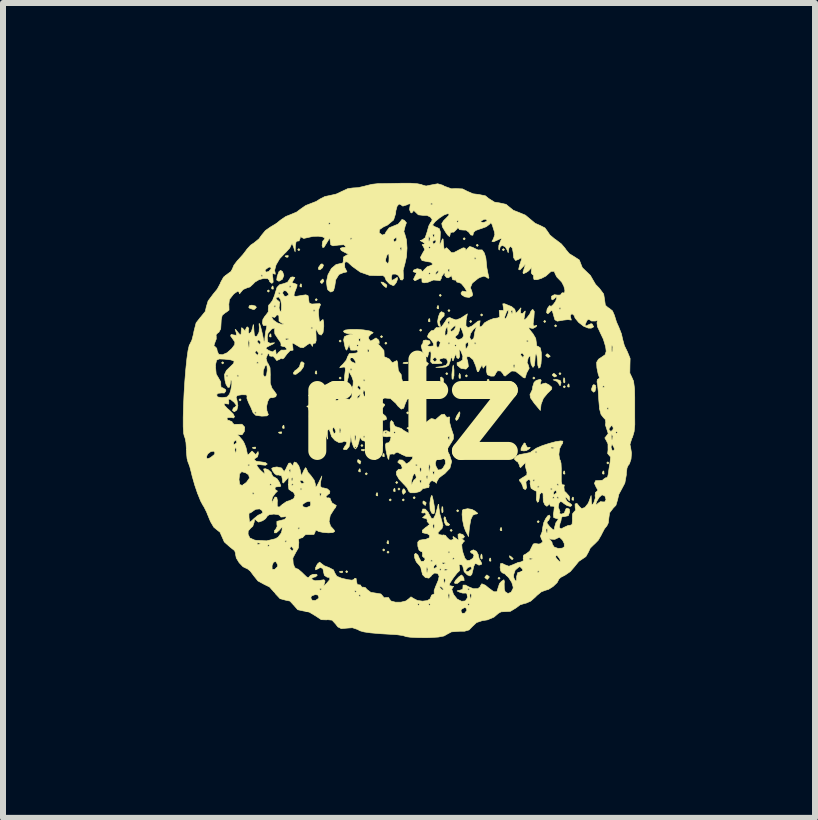
<source format=kicad_pcb>
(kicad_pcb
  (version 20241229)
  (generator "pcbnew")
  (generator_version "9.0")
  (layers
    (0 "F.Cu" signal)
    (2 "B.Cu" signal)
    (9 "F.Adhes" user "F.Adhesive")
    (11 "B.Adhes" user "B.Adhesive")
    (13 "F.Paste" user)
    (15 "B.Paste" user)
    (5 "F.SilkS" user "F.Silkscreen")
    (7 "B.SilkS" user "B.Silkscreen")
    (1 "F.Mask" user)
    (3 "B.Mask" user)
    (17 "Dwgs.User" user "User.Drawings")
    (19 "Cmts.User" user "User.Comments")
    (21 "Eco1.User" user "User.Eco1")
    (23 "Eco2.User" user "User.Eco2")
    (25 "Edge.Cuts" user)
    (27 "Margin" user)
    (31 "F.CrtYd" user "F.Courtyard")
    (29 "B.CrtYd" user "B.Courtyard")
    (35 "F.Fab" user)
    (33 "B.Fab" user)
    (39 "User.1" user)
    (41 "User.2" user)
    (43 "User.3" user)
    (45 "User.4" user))
  (footprint "ritz"
    (layer "F.Cu")
    (at 3.765 3.78)
    (property "Reference" "ritz" (at 0 0 0) (layer "F.SilkS") (effects (font (size 1.524 1.524) (thickness 0.3))))
    (attr through_hole)
    (fp_poly (pts (xy -3.084 -0.78) (xy -3.102 -0.762) (xy -3.121 -0.78) (xy -3.102 -0.798) (xy -3.084 -0.78)) (stroke (width 0.01) (type solid)) (fill yes) (layer "F.SilkS"))
    (fp_poly (pts (xy -2.794 -0.163) (xy -2.812 -0.145) (xy -2.83 -0.163) (xy -2.812 -0.181) (xy -2.794 -0.163)) (stroke (width 0.01) (type solid)) (fill yes) (layer "F.SilkS"))
    (fp_poly (pts (xy -2.322 -1.978) (xy -2.34 -1.959) (xy -2.359 -1.978) (xy -2.34 -1.996) (xy -2.322 -1.978)) (stroke (width 0.01) (type solid)) (fill yes) (layer "F.SilkS"))
    (fp_poly (pts (xy -1.814 -2.667) (xy -1.832 -2.649) (xy -1.851 -2.667) (xy -1.832 -2.685) (xy -1.814 -2.667)) (stroke (width 0.01) (type solid)) (fill yes) (layer "F.SilkS"))
    (fp_poly (pts (xy -1.633 -0.236) (xy -1.651 -0.218) (xy -1.669 -0.236) (xy -1.651 -0.254) (xy -1.633 -0.236)) (stroke (width 0.01) (type solid)) (fill yes) (layer "F.SilkS"))
    (fp_poly (pts (xy -1.524 -1.832) (xy -1.542 -1.814) (xy -1.56 -1.832) (xy -1.542 -1.851) (xy -1.524 -1.832)) (stroke (width 0.01) (type solid)) (fill yes) (layer "F.SilkS"))
    (fp_poly (pts (xy -1.379 -0.2) (xy -1.397 -0.181) (xy -1.415 -0.2) (xy -1.397 -0.218) (xy -1.379 -0.2)) (stroke (width 0.01) (type solid)) (fill yes) (layer "F.SilkS"))
    (fp_poly (pts (xy -1.125 -1.143) (xy -1.143 -1.125) (xy -1.161 -1.143) (xy -1.143 -1.161) (xy -1.125 -1.143)) (stroke (width 0.01) (type solid)) (fill yes) (layer "F.SilkS"))
    (fp_poly (pts (xy -1.125 -0.526) (xy -1.143 -0.508) (xy -1.161 -0.526) (xy -1.143 -0.544) (xy -1.125 -0.526)) (stroke (width 0.01) (type solid)) (fill yes) (layer "F.SilkS"))
    (fp_poly (pts (xy -1.016 2.703) (xy -1.034 2.721) (xy -1.052 2.703) (xy -1.034 2.685) (xy -1.016 2.703)) (stroke (width 0.01) (type solid)) (fill yes) (layer "F.SilkS"))
    (fp_poly (pts (xy -0.762 0.599) (xy -0.78 0.617) (xy -0.798 0.599) (xy -0.78 0.581) (xy -0.762 0.599)) (stroke (width 0.01) (type solid)) (fill yes) (layer "F.SilkS"))
    (fp_poly (pts (xy -0.689 1.07) (xy -0.708 1.089) (xy -0.726 1.07) (xy -0.708 1.052) (xy -0.689 1.07)) (stroke (width 0.01) (type solid)) (fill yes) (layer "F.SilkS"))
    (fp_poly (pts (xy -0.544 0.816) (xy -0.562 0.835) (xy -0.581 0.816) (xy -0.562 0.798) (xy -0.544 0.816)) (stroke (width 0.01) (type solid)) (fill yes) (layer "F.SilkS"))
    (fp_poly (pts (xy -0.435 -1.216) (xy -0.454 -1.197) (xy -0.472 -1.216) (xy -0.454 -1.234) (xy -0.435 -1.216)) (stroke (width 0.01) (type solid)) (fill yes) (layer "F.SilkS"))
    (fp_poly (pts (xy -0.399 2.34) (xy -0.417 2.359) (xy -0.435 2.34) (xy -0.417 2.322) (xy -0.399 2.34)) (stroke (width 0.01) (type solid)) (fill yes) (layer "F.SilkS"))
    (fp_poly (pts (xy -0.363 -1.107) (xy -0.381 -1.089) (xy -0.399 -1.107) (xy -0.381 -1.125) (xy -0.363 -1.107)) (stroke (width 0.01) (type solid)) (fill yes) (layer "F.SilkS"))
    (fp_poly (pts (xy -0.327 2.377) (xy -0.345 2.395) (xy -0.363 2.377) (xy -0.345 2.359) (xy -0.327 2.377)) (stroke (width 0.01) (type solid)) (fill yes) (layer "F.SilkS"))
    (fp_poly (pts (xy -0.29 1.506) (xy -0.308 1.524) (xy -0.327 1.506) (xy -0.308 1.488) (xy -0.29 1.506)) (stroke (width 0.01) (type solid)) (fill yes) (layer "F.SilkS"))
    (fp_poly (pts (xy -0.181 1.216) (xy -0.2 1.234) (xy -0.218 1.216) (xy -0.2 1.197) (xy -0.181 1.216)) (stroke (width 0.01) (type solid)) (fill yes) (layer "F.SilkS"))
    (fp_poly (pts (xy -0.145 1.324) (xy -0.163 1.343) (xy -0.181 1.324) (xy -0.163 1.306) (xy -0.145 1.324)) (stroke (width 0.01) (type solid)) (fill yes) (layer "F.SilkS"))
    (fp_poly (pts (xy -0.073 1.506) (xy -0.091 1.524) (xy -0.109 1.506) (xy -0.091 1.488) (xy -0.073 1.506)) (stroke (width 0.01) (type solid)) (fill yes) (layer "F.SilkS"))
    (fp_poly (pts (xy 0 0.054) (xy -0.018 0.073) (xy -0.036 0.054) (xy -0.018 0.036) (xy 0 0.054)) (stroke (width 0.01) (type solid)) (fill yes) (layer "F.SilkS"))
    (fp_poly (pts (xy 0.109 1.47) (xy 0.091 1.488) (xy 0.073 1.47) (xy 0.091 1.451) (xy 0.109 1.47)) (stroke (width 0.01) (type solid)) (fill yes) (layer "F.SilkS"))
    (fp_poly (pts (xy 0.218 -1.324) (xy 0.2 -1.306) (xy 0.181 -1.324) (xy 0.2 -1.343) (xy 0.218 -1.324)) (stroke (width 0.01) (type solid)) (fill yes) (layer "F.SilkS"))
    (fp_poly (pts (xy 0.218 -0.816) (xy 0.2 -0.798) (xy 0.181 -0.816) (xy 0.2 -0.835) (xy 0.218 -0.816)) (stroke (width 0.01) (type solid)) (fill yes) (layer "F.SilkS"))
    (fp_poly (pts (xy 0.435 -0.236) (xy 0.417 -0.218) (xy 0.399 -0.236) (xy 0.417 -0.254) (xy 0.435 -0.236)) (stroke (width 0.01) (type solid)) (fill yes) (layer "F.SilkS"))
    (fp_poly (pts (xy 0.544 -1.905) (xy 0.526 -1.887) (xy 0.508 -1.905) (xy 0.526 -1.923) (xy 0.544 -1.905)) (stroke (width 0.01) (type solid)) (fill yes) (layer "F.SilkS"))
    (fp_poly (pts (xy 0.653 -0.599) (xy 0.635 -0.581) (xy 0.617 -0.599) (xy 0.635 -0.617) (xy 0.653 -0.599)) (stroke (width 0.01) (type solid)) (fill yes) (layer "F.SilkS"))
    (fp_poly (pts (xy 0.689 -1.651) (xy 0.671 -1.633) (xy 0.653 -1.651) (xy 0.671 -1.669) (xy 0.689 -1.651)) (stroke (width 0.01) (type solid)) (fill yes) (layer "F.SilkS"))
    (fp_poly (pts (xy 0.726 2.014) (xy 0.708 2.032) (xy 0.689 2.014) (xy 0.708 1.996) (xy 0.726 2.014)) (stroke (width 0.01) (type solid)) (fill yes) (layer "F.SilkS"))
    (fp_poly (pts (xy 0.835 1.687) (xy 0.816 1.705) (xy 0.798 1.687) (xy 0.816 1.669) (xy 0.835 1.687)) (stroke (width 0.01) (type solid)) (fill yes) (layer "F.SilkS"))
    (fp_poly (pts (xy 0.943 -2.848) (xy 0.925 -2.83) (xy 0.907 -2.848) (xy 0.925 -2.867) (xy 0.943 -2.848)) (stroke (width 0.01) (type solid)) (fill yes) (layer "F.SilkS"))
    (fp_poly (pts (xy 0.98 -0.562) (xy 0.962 -0.544) (xy 0.943 -0.562) (xy 0.962 -0.581) (xy 0.98 -0.562)) (stroke (width 0.01) (type solid)) (fill yes) (layer "F.SilkS"))
    (fp_poly (pts (xy 1.052 -1.47) (xy 1.034 -1.451) (xy 1.016 -1.47) (xy 1.034 -1.488) (xy 1.052 -1.47)) (stroke (width 0.01) (type solid)) (fill yes) (layer "F.SilkS"))
    (fp_poly (pts (xy 1.161 -2.74) (xy 1.143 -2.721) (xy 1.125 -2.74) (xy 1.143 -2.758) (xy 1.161 -2.74)) (stroke (width 0.01) (type solid)) (fill yes) (layer "F.SilkS"))
    (fp_poly (pts (xy 1.234 -1.578) (xy 1.216 -1.56) (xy 1.197 -1.578) (xy 1.216 -1.597) (xy 1.234 -1.578)) (stroke (width 0.01) (type solid)) (fill yes) (layer "F.SilkS"))
    (fp_poly (pts (xy 1.343 -0.49) (xy 1.324 -0.472) (xy 1.306 -0.49) (xy 1.324 -0.508) (xy 1.343 -0.49)) (stroke (width 0.01) (type solid)) (fill yes) (layer "F.SilkS"))
    (fp_poly (pts (xy 1.524 2.812) (xy 1.506 2.83) (xy 1.488 2.812) (xy 1.506 2.794) (xy 1.524 2.812)) (stroke (width 0.01) (type solid)) (fill yes) (layer "F.SilkS"))
    (fp_poly (pts (xy 1.597 -2.667) (xy 1.578 -2.649) (xy 1.56 -2.667) (xy 1.578 -2.685) (xy 1.597 -2.667)) (stroke (width 0.01) (type solid)) (fill yes) (layer "F.SilkS"))
    (fp_poly (pts (xy 2.105 -0.526) (xy 2.086 -0.508) (xy 2.068 -0.526) (xy 2.086 -0.544) (xy 2.105 -0.526)) (stroke (width 0.01) (type solid)) (fill yes) (layer "F.SilkS"))
    (fp_poly (pts (xy 2.177 1.869) (xy 2.159 1.887) (xy 2.141 1.869) (xy 2.159 1.851) (xy 2.177 1.869)) (stroke (width 0.01) (type solid)) (fill yes) (layer "F.SilkS"))
    (fp_poly (pts (xy 2.286 -1.47) (xy 2.268 -1.451) (xy 2.25 -1.47) (xy 2.268 -1.488) (xy 2.286 -1.47)) (stroke (width 0.01) (type solid)) (fill yes) (layer "F.SilkS"))
    (fp_poly (pts (xy 2.467 -1.397) (xy 2.449 -1.379) (xy 2.431 -1.397) (xy 2.449 -1.415) (xy 2.467 -1.397)) (stroke (width 0.01) (type solid)) (fill yes) (layer "F.SilkS"))
    (fp_poly (pts (xy 2.54 -0.599) (xy 2.522 -0.581) (xy 2.504 -0.599) (xy 2.522 -0.617) (xy 2.54 -0.599)) (stroke (width 0.01) (type solid)) (fill yes) (layer "F.SilkS"))
    (fp_poly (pts (xy 2.613 -0.381) (xy 2.594 -0.363) (xy 2.576 -0.381) (xy 2.594 -0.399) (xy 2.613 -0.381)) (stroke (width 0.01) (type solid)) (fill yes) (layer "F.SilkS"))
    (fp_poly (pts (xy 3.338 0.889) (xy 3.32 0.907) (xy 3.302 0.889) (xy 3.32 0.871) (xy 3.338 0.889)) (stroke (width 0.01) (type solid)) (fill yes) (layer "F.SilkS"))
    (fp_poly (pts (xy -2.552 0.629) (xy -2.557 0.651) (xy -2.576 0.653) (xy -2.606 0.64) (xy -2.6 0.629) (xy -2.557 0.625) (xy -2.552 0.629)) (stroke (width 0.01) (type solid)) (fill yes) (layer "F.SilkS"))
    (fp_poly (pts (xy -2.298 -1.258) (xy -2.294 -1.215) (xy -2.298 -1.21) (xy -2.32 -1.215) (xy -2.322 -1.234) (xy -2.309 -1.264) (xy -2.298 -1.258)) (stroke (width 0.01) (type solid)) (fill yes) (layer "F.SilkS"))
    (fp_poly (pts (xy -2.262 -2.056) (xy -2.257 -2.013) (xy -2.262 -2.008) (xy -2.283 -2.013) (xy -2.286 -2.032) (xy -2.273 -2.062) (xy -2.262 -2.056)) (stroke (width 0.01) (type solid)) (fill yes) (layer "F.SilkS"))
    (fp_poly (pts (xy -2.117 0.375) (xy -2.122 0.397) (xy -2.141 0.399) (xy -2.171 0.386) (xy -2.165 0.375) (xy -2.122 0.371) (xy -2.117 0.375)) (stroke (width 0.01) (type solid)) (fill yes) (layer "F.SilkS"))
    (fp_poly (pts (xy -2.08 0.266) (xy -2.076 0.309) (xy -2.08 0.314) (xy -2.102 0.309) (xy -2.105 0.29) (xy -2.091 0.26) (xy -2.08 0.266)) (stroke (width 0.01) (type solid)) (fill yes) (layer "F.SilkS"))
    (fp_poly (pts (xy -2.008 -2.564) (xy -2.013 -2.543) (xy -2.032 -2.54) (xy -2.062 -2.553) (xy -2.056 -2.564) (xy -2.013 -2.569) (xy -2.008 -2.564)) (stroke (width 0.01) (type solid)) (fill yes) (layer "F.SilkS"))
    (fp_poly (pts (xy -1.79 -2.092) (xy -1.786 -2.049) (xy -1.79 -2.044) (xy -1.812 -2.049) (xy -1.814 -2.068) (xy -1.801 -2.098) (xy -1.79 -2.092)) (stroke (width 0.01) (type solid)) (fill yes) (layer "F.SilkS"))
    (fp_poly (pts (xy -1.645 -0.06) (xy -1.65 -0.039) (xy -1.669 -0.036) (xy -1.699 -0.05) (xy -1.693 -0.06) (xy -1.65 -0.065) (xy -1.645 -0.06)) (stroke (width 0.01) (type solid)) (fill yes) (layer "F.SilkS"))
    (fp_poly (pts (xy -1.536 -0.641) (xy -1.532 -0.598) (xy -1.536 -0.593) (xy -1.558 -0.598) (xy -1.56 -0.617) (xy -1.547 -0.647) (xy -1.536 -0.641)) (stroke (width 0.01) (type solid)) (fill yes) (layer "F.SilkS"))
    (fp_poly (pts (xy -1.101 2.697) (xy -1.106 2.719) (xy -1.125 2.721) (xy -1.155 2.708) (xy -1.149 2.697) (xy -1.106 2.693) (xy -1.101 2.697)) (stroke (width 0.01) (type solid)) (fill yes) (layer "F.SilkS"))
    (fp_poly (pts (xy -0.81 0.992) (xy -0.806 1.035) (xy -0.81 1.04) (xy -0.832 1.035) (xy -0.835 1.016) (xy -0.821 0.986) (xy -0.81 0.992)) (stroke (width 0.01) (type solid)) (fill yes) (layer "F.SilkS"))
    (fp_poly (pts (xy -0.738 0.665) (xy -0.743 0.687) (xy -0.762 0.689) (xy -0.792 0.676) (xy -0.786 0.665) (xy -0.743 0.661) (xy -0.738 0.665)) (stroke (width 0.01) (type solid)) (fill yes) (layer "F.SilkS"))
    (fp_poly (pts (xy -0.629 0.738) (xy -0.634 0.759) (xy -0.653 0.762) (xy -0.683 0.749) (xy -0.677 0.738) (xy -0.634 0.733) (xy -0.629 0.738)) (stroke (width 0.01) (type solid)) (fill yes) (layer "F.SilkS"))
    (fp_poly (pts (xy -0.52 1.391) (xy -0.516 1.434) (xy -0.52 1.439) (xy -0.542 1.434) (xy -0.544 1.415) (xy -0.531 1.385) (xy -0.52 1.391)) (stroke (width 0.01) (type solid)) (fill yes) (layer "F.SilkS"))
    (fp_poly (pts (xy -0.411 0.738) (xy -0.407 0.781) (xy -0.411 0.786) (xy -0.433 0.781) (xy -0.435 0.762) (xy -0.422 0.732) (xy -0.411 0.738)) (stroke (width 0.01) (type solid)) (fill yes) (layer "F.SilkS"))
    (fp_poly (pts (xy -0.339 2.189) (xy -0.334 2.232) (xy -0.339 2.238) (xy -0.36 2.233) (xy -0.363 2.213) (xy -0.35 2.184) (xy -0.339 2.189)) (stroke (width 0.01) (type solid)) (fill yes) (layer "F.SilkS"))
    (fp_poly (pts (xy -0.23 1.318) (xy -0.225 1.361) (xy -0.23 1.367) (xy -0.251 1.362) (xy -0.254 1.343) (xy -0.241 1.313) (xy -0.23 1.318)) (stroke (width 0.01) (type solid)) (fill yes) (layer "F.SilkS"))
    (fp_poly (pts (xy -0.01 -0.784) (xy -0.021 -0.767) (xy -0.057 -0.765) (xy -0.096 -0.774) (xy -0.079 -0.787) (xy -0.023 -0.791) (xy -0.01 -0.784)) (stroke (width 0.01) (type solid)) (fill yes) (layer "F.SilkS"))
    (fp_poly (pts (xy 0.024 0.302) (xy 0.019 0.324) (xy 0 0.327) (xy -0.03 0.313) (xy -0.024 0.302) (xy 0.019 0.298) (xy 0.024 0.302)) (stroke (width 0.01) (type solid)) (fill yes) (layer "F.SilkS"))
    (fp_poly (pts (xy 0.351 -1.512) (xy 0.355 -1.469) (xy 0.351 -1.464) (xy 0.329 -1.469) (xy 0.327 -1.488) (xy 0.34 -1.518) (xy 0.351 -1.512)) (stroke (width 0.01) (type solid)) (fill yes) (layer "F.SilkS"))
    (fp_poly (pts (xy 0.496 -1.73) (xy 0.5 -1.687) (xy 0.496 -1.681) (xy 0.474 -1.686) (xy 0.472 -1.705) (xy 0.485 -1.735) (xy 0.496 -1.73)) (stroke (width 0.01) (type solid)) (fill yes) (layer "F.SilkS"))
    (fp_poly (pts (xy 0.568 1.624) (xy 0.573 1.698) (xy 0.568 1.714) (xy 0.555 1.719) (xy 0.55 1.669) (xy 0.556 1.618) (xy 0.568 1.624)) (stroke (width 0.01) (type solid)) (fill yes) (layer "F.SilkS"))
    (fp_poly (pts (xy 0.859 -0.587) (xy 0.864 -0.531) (xy 0.856 -0.518) (xy 0.84 -0.529) (xy 0.837 -0.565) (xy 0.846 -0.604) (xy 0.859 -0.587)) (stroke (width 0.01) (type solid)) (fill yes) (layer "F.SilkS"))
    (fp_poly (pts (xy 1.222 2.424) (xy 1.227 2.481) (xy 1.219 2.494) (xy 1.203 2.483) (xy 1.2 2.446) (xy 1.209 2.408) (xy 1.222 2.424)) (stroke (width 0.01) (type solid)) (fill yes) (layer "F.SilkS"))
    (fp_poly (pts (xy 1.367 2.48) (xy 1.371 2.523) (xy 1.367 2.528) (xy 1.345 2.523) (xy 1.343 2.504) (xy 1.356 2.474) (xy 1.367 2.48)) (stroke (width 0.01) (type solid)) (fill yes) (layer "F.SilkS"))
    (fp_poly (pts (xy 1.548 1.972) (xy 1.553 2.015) (xy 1.548 2.02) (xy 1.527 2.015) (xy 1.524 1.996) (xy 1.537 1.966) (xy 1.548 1.972)) (stroke (width 0.01) (type solid)) (fill yes) (layer "F.SilkS"))
    (fp_poly (pts (xy 2.6 1.028) (xy 2.605 1.071) (xy 2.6 1.076) (xy 2.579 1.071) (xy 2.576 1.052) (xy 2.59 1.022) (xy 2.6 1.028)) (stroke (width 0.01) (type solid)) (fill yes) (layer "F.SilkS"))
    (fp_poly (pts (xy 2.601 -0.515) (xy 2.605 -0.458) (xy 2.598 -0.445) (xy 2.582 -0.456) (xy 2.579 -0.493) (xy 2.588 -0.532) (xy 2.601 -0.515)) (stroke (width 0.01) (type solid)) (fill yes) (layer "F.SilkS"))
    (fp_poly (pts (xy 2.673 -0.423) (xy 2.677 -0.38) (xy 2.673 -0.375) (xy 2.651 -0.38) (xy 2.649 -0.399) (xy 2.662 -0.429) (xy 2.673 -0.423)) (stroke (width 0.01) (type solid)) (fill yes) (layer "F.SilkS"))
    (fp_poly (pts (xy 2.746 1.464) (xy 2.75 1.507) (xy 2.746 1.512) (xy 2.724 1.507) (xy 2.721 1.488) (xy 2.735 1.458) (xy 2.746 1.464)) (stroke (width 0.01) (type solid)) (fill yes) (layer "F.SilkS"))
    (fp_poly (pts (xy 3.254 1.028) (xy 3.258 1.071) (xy 3.254 1.076) (xy 3.232 1.071) (xy 3.229 1.052) (xy 3.243 1.022) (xy 3.254 1.028)) (stroke (width 0.01) (type solid)) (fill yes) (layer "F.SilkS"))
    (fp_poly (pts (xy -0.072 1.325) (xy -0.051 1.368) (xy -0.056 1.381) (xy -0.091 1.414) (xy -0.108 1.377) (xy -0.109 1.359) (xy -0.091 1.321) (xy -0.072 1.325)) (stroke (width 0.01) (type solid)) (fill yes) (layer "F.SilkS"))
    (fp_poly (pts (xy 1.7 2.446) (xy 1.738 2.48) (xy 1.742 2.488) (xy 1.724 2.503) (xy 1.689 2.469) (xy 1.684 2.462) (xy 1.68 2.437) (xy 1.7 2.446)) (stroke (width 0.01) (type solid)) (fill yes) (layer "F.SilkS"))
    (fp_poly (pts (xy -2.555 -1.727) (xy -2.54 -1.705) (xy -2.569 -1.673) (xy -2.592 -1.669) (xy -2.654 -1.691) (xy -2.667 -1.705) (xy -2.656 -1.734) (xy -2.615 -1.742) (xy -2.555 -1.727)) (stroke (width 0.01) (type solid)) (fill yes) (layer "F.SilkS"))
    (fp_poly (pts (xy -1.421 -2.41) (xy -1.436 -2.366) (xy -1.478 -2.332) (xy -1.481 -2.331) (xy -1.508 -2.342) (xy -1.502 -2.374) (xy -1.465 -2.424) (xy -1.445 -2.431) (xy -1.421 -2.41)) (stroke (width 0.01) (type solid)) (fill yes) (layer "F.SilkS"))
    (fp_poly (pts (xy -1.416 -2.149) (xy -1.415 -2.141) (xy -1.443 -2.106) (xy -1.454 -2.105) (xy -1.475 -2.127) (xy -1.47 -2.141) (xy -1.437 -2.175) (xy -1.431 -2.177) (xy -1.416 -2.149)) (stroke (width 0.01) (type solid)) (fill yes) (layer "F.SilkS"))
    (fp_poly (pts (xy -0.8 0.861) (xy -0.798 0.871) (xy -0.811 0.906) (xy -0.814 0.907) (xy -0.845 0.882) (xy -0.853 0.871) (xy -0.85 0.837) (xy -0.837 0.835) (xy -0.8 0.861)) (stroke (width 0.01) (type solid)) (fill yes) (layer "F.SilkS"))
    (fp_poly (pts (xy -0.632 0.598) (xy -0.635 0.617) (xy -0.666 0.651) (xy -0.671 0.653) (xy -0.7 0.628) (xy -0.708 0.617) (xy -0.699 0.586) (xy -0.671 0.581) (xy -0.632 0.598)) (stroke (width 0.01) (type solid)) (fill yes) (layer "F.SilkS"))
    (fp_poly (pts (xy -0.434 -2.124) (xy -0.422 -2.12) (xy -0.371 -2.084) (xy -0.363 -2.064) (xy -0.376 -2.034) (xy -0.417 -2.065) (xy -0.436 -2.087) (xy -0.463 -2.127) (xy -0.434 -2.124)) (stroke (width 0.01) (type solid)) (fill yes) (layer "F.SilkS"))
    (fp_poly (pts (xy -0.405 -0.091) (xy -0.399 -0.076) (xy -0.428 -0.037) (xy -0.454 -0.023) (xy -0.5 -0.029) (xy -0.508 -0.056) (xy -0.479 -0.103) (xy -0.454 -0.109) (xy -0.405 -0.091)) (stroke (width 0.01) (type solid)) (fill yes) (layer "F.SilkS"))
    (fp_poly (pts (xy 0.289 1.55) (xy 0.29 1.56) (xy 0.278 1.596) (xy 0.274 1.597) (xy 0.243 1.571) (xy 0.236 1.56) (xy 0.239 1.527) (xy 0.252 1.524) (xy 0.289 1.55)) (stroke (width 0.01) (type solid)) (fill yes) (layer "F.SilkS"))
    (fp_poly (pts (xy 0.326 -0.771) (xy 0.327 -0.762) (xy 0.299 -0.727) (xy 0.29 -0.726) (xy 0.255 -0.753) (xy 0.254 -0.762) (xy 0.282 -0.797) (xy 0.29 -0.798) (xy 0.326 -0.771)) (stroke (width 0.01) (type solid)) (fill yes) (layer "F.SilkS"))
    (fp_poly (pts (xy 0.577 -0.515) (xy 0.581 -0.49) (xy 0.573 -0.441) (xy 0.566 -0.435) (xy 0.543 -0.464) (xy 0.531 -0.49) (xy 0.53 -0.537) (xy 0.545 -0.544) (xy 0.577 -0.515)) (stroke (width 0.01) (type solid)) (fill yes) (layer "F.SilkS"))
    (fp_poly (pts (xy 0.854 0.066) (xy 0.845 0.109) (xy 0.816 0.168) (xy 0.793 0.181) (xy 0.781 0.155) (xy 0.798 0.109) (xy 0.834 0.052) (xy 0.851 0.036) (xy 0.854 0.066)) (stroke (width 0.01) (type solid)) (fill yes) (layer "F.SilkS"))
    (fp_poly (pts (xy 1.342 2.785) (xy 1.343 2.794) (xy 1.315 2.829) (xy 1.306 2.83) (xy 1.271 2.803) (xy 1.27 2.794) (xy 1.298 2.759) (xy 1.306 2.758) (xy 1.342 2.785)) (stroke (width 0.01) (type solid)) (fill yes) (layer "F.SilkS"))
    (fp_poly (pts (xy 2.322 -0.925) (xy 2.357 -0.893) (xy 2.359 -0.887) (xy 2.33 -0.871) (xy 2.322 -0.871) (xy 2.287 -0.899) (xy 2.286 -0.909) (xy 2.308 -0.931) (xy 2.322 -0.925)) (stroke (width 0.01) (type solid)) (fill yes) (layer "F.SilkS"))
    (fp_poly (pts (xy 2.431 -0.599) (xy 2.466 -0.566) (xy 2.467 -0.56) (xy 2.439 -0.545) (xy 2.431 -0.544) (xy 2.396 -0.572) (xy 2.395 -0.583) (xy 2.417 -0.604) (xy 2.431 -0.599)) (stroke (width 0.01) (type solid)) (fill yes) (layer "F.SilkS"))
    (fp_poly (pts (xy 3.113 -0.406) (xy 3.121 -0.365) (xy 3.106 -0.305) (xy 3.084 -0.29) (xy 3.052 -0.32) (xy 3.048 -0.343) (xy 3.07 -0.404) (xy 3.084 -0.417) (xy 3.113 -0.406)) (stroke (width 0.01) (type solid)) (fill yes) (layer "F.SilkS"))
    (fp_poly (pts (xy -2.103 -2.299) (xy -2.082 -2.237) (xy -2.107 -2.173) (xy -2.162 -2.141) (xy -2.165 -2.141) (xy -2.201 -2.161) (xy -2.193 -2.223) (xy -2.163 -2.302) (xy -2.135 -2.322) (xy -2.103 -2.299)) (stroke (width 0.01) (type solid)) (fill yes) (layer "F.SilkS"))
    (fp_poly (pts (xy 0.614 1.797) (xy 0.617 1.823) (xy 0.64 1.882) (xy 0.66 1.895) (xy 0.684 1.917) (xy 0.663 1.935) (xy 0.621 1.927) (xy 0.598 1.885) (xy 0.587 1.815) (xy 0.595 1.787) (xy 0.614 1.797)) (stroke (width 0.01) (type solid)) (fill yes) (layer "F.SilkS"))
    (fp_poly (pts (xy 0.75 -0.702) (xy 0.755 -0.658) (xy 0.755 -0.566) (xy 0.739 -0.507) (xy 0.737 -0.504) (xy 0.722 -0.517) (xy 0.72 -0.583) (xy 0.724 -0.627) (xy 0.736 -0.719) (xy 0.743 -0.743) (xy 0.75 -0.702)) (stroke (width 0.01) (type solid)) (fill yes) (layer "F.SilkS"))
    (fp_poly (pts (xy 2.525 -0.487) (xy 2.54 -0.454) (xy 2.53 -0.405) (xy 2.522 -0.399) (xy 2.504 -0.427) (xy 2.504 -0.433) (xy 2.474 -0.469) (xy 2.44 -0.483) (xy 2.408 -0.496) (xy 2.445 -0.503) (xy 2.458 -0.504) (xy 2.525 -0.487)) (stroke (width 0.01) (type solid)) (fill yes) (layer "F.SilkS"))
    (fp_poly (pts (xy 0.592 -1.61) (xy 0.59 -1.562) (xy 0.558 -1.531) (xy 0.515 -1.475) (xy 0.519 -1.438) (xy 0.53 -1.385) (xy 0.508 -1.39) (xy 0.491 -1.413) (xy 0.482 -1.47) (xy 0.495 -1.548) (xy 0.521 -1.613) (xy 0.546 -1.633) (xy 0.592 -1.61)) (stroke (width 0.01) (type solid)) (fill yes) (layer "F.SilkS"))
    (fp_poly (pts (xy 1.945 0.564) (xy 1.952 0.59) (xy 1.98 0.632) (xy 2.004 0.63) (xy 2.026 0.628) (xy 2.017 0.648) (xy 1.963 0.683) (xy 1.92 0.689) (xy 1.872 0.682) (xy 1.874 0.645) (xy 1.893 0.608) (xy 1.927 0.555) (xy 1.945 0.564)) (stroke (width 0.01) (type solid)) (fill yes) (layer "F.SilkS"))
    (fp_poly (pts (xy -1.744 -0.774) (xy -1.752 -0.717) (xy -1.798 -0.651) (xy -1.808 -0.641) (xy -1.882 -0.587) (xy -1.919 -0.592) (xy -1.923 -0.613) (xy -1.894 -0.653) (xy -1.869 -0.666) (xy -1.82 -0.715) (xy -1.814 -0.743) (xy -1.795 -0.792) (xy -1.778 -0.798) (xy -1.744 -0.774)) (stroke (width 0.01) (type solid)) (fill yes) (layer "F.SilkS"))
    (fp_poly (pts (xy -0.471 0.49) (xy -0.469 0.491) (xy -0.439 0.541) (xy -0.441 0.605) (xy -0.47 0.649) (xy -0.487 0.653) (xy -0.546 0.681) (xy -0.558 0.699) (xy -0.566 0.701) (xy -0.558 0.645) (xy -0.556 0.635) (xy -0.531 0.531) (xy -0.505 0.487) (xy -0.471 0.49)) (stroke (width 0.01) (type solid)) (fill yes) (layer "F.SilkS"))
    (fp_poly (pts (xy 0.391 1.437) (xy 0.408 1.508) (xy 0.41 1.519) (xy 0.428 1.618) (xy 0.435 1.689) (xy 0.435 1.692) (xy 0.42 1.738) (xy 0.388 1.731) (xy 0.36 1.676) (xy 0.356 1.66) (xy 0.353 1.559) (xy 0.363 1.488) (xy 0.379 1.433) (xy 0.391 1.437)) (stroke (width 0.01) (type solid)) (fill yes) (layer "F.SilkS"))
    (fp_poly (pts (xy 0.908 2.786) (xy 0.921 2.814) (xy 0.924 2.852) (xy 0.909 2.85) (xy 0.863 2.855) (xy 0.853 2.866) (xy 0.812 2.898) (xy 0.771 2.899) (xy 0.762 2.882) (xy 0.785 2.842) (xy 0.834 2.79) (xy 0.877 2.759) (xy 0.883 2.758) (xy 0.908 2.786)) (stroke (width 0.01) (type solid)) (fill yes) (layer "F.SilkS"))
    (fp_poly (pts (xy 1.054 1.664) (xy 1.106 1.692) (xy 1.151 1.729) (xy 1.136 1.741) (xy 1.114 1.742) (xy 1.068 1.762) (xy 1.036 1.831) (xy 1.013 1.959) (xy 1.008 2.011) (xy 0.998 2.117) (xy 0.947 2.022) (xy 0.919 1.943) (xy 0.899 1.844) (xy 0.89 1.749) (xy 0.895 1.682) (xy 0.907 1.666) (xy 0.955 1.658) (xy 0.982 1.652) (xy 1.054 1.664)) (stroke (width 0.01) (type solid)) (fill yes) (layer "F.SilkS"))
    (fp_poly (pts (xy 2.21 -0.486) (xy 2.198 -0.448) (xy 2.191 -0.41) (xy 2.222 -0.427) (xy 2.281 -0.443) (xy 2.341 -0.412) (xy 2.386 -0.373) (xy 2.385 -0.341) (xy 2.334 -0.29) (xy 2.316 -0.274) (xy 2.245 -0.187) (xy 2.208 -0.091) (xy 2.207 -0.087) (xy 2.195 0.015) (xy 2.093 -0.107) (xy 2.03 -0.198) (xy 2.022 -0.254) (xy 2.03 -0.266) (xy 2.061 -0.332) (xy 2.068 -0.384) (xy 2.092 -0.457) (xy 2.126 -0.486) (xy 2.194 -0.506) (xy 2.21 -0.486)) (stroke (width 0.01) (type solid)) (fill yes) (layer "F.SilkS"))
    (fp_poly (pts (xy 0.617 0.111) (xy 0.64 0.131) (xy 0.658 0.124) (xy 0.685 0.124) (xy 0.681 0.149) (xy 0.682 0.213) (xy 0.707 0.309) (xy 0.716 0.335) (xy 0.747 0.428) (xy 0.745 0.49) (xy 0.705 0.558) (xy 0.697 0.569) (xy 0.651 0.643) (xy 0.649 0.696) (xy 0.679 0.751) (xy 0.716 0.865) (xy 0.687 0.977) (xy 0.599 1.07) (xy 0.579 1.082) (xy 0.506 1.138) (xy 0.472 1.193) (xy 0.471 1.197) (xy 0.462 1.229) (xy 0.443 1.208) (xy 0.393 1.185) (xy 0.366 1.195) (xy 0.336 1.242) (xy 0.342 1.266) (xy 0.335 1.299) (xy 0.292 1.306) (xy 0.232 1.319) (xy 0.218 1.338) (xy 0.186 1.366) (xy 0.11 1.386) (xy 0.109 1.387) (xy 0.029 1.387) (xy 0 1.362) (xy -0.024 1.308) (xy -0.064 1.262) (xy -0.091 1.234) (xy 0.043 1.234) (xy 0.049 1.258) (xy 0.061 1.225) (xy 0.076 1.197) (xy 0.181 1.197) (xy 0.195 1.227) (xy 0.206 1.222) (xy 0.21 1.179) (xy 0.206 1.173) (xy 0.184 1.178) (xy 0.181 1.197) (xy 0.076 1.197) (xy 0.091 1.171) (xy 0.11 1.161) (xy 0.127 1.134) (xy 0.125 1.125) (xy 0.29 1.125) (xy 0.304 1.155) (xy 0.314 1.149) (xy 0.319 1.106) (xy 0.314 1.101) (xy 0.293 1.106) (xy 0.29 1.125) (xy 0.125 1.125) (xy 0.12 1.1) (xy 0.098 1.061) (xy 0.078 1.088) (xy 0.069 1.109) (xy 0.046 1.194) (xy 0.043 1.234) (xy -0.091 1.234) (xy -0.161 1.16) (xy -0.205 1.084) (xy -0.204 1.052) (xy 0.399 1.052) (xy 0.412 1.082) (xy 0.423 1.076) (xy 0.428 1.033) (xy 0.423 1.028) (xy 0.402 1.033) (xy 0.399 1.052) (xy -0.204 1.052) (xy -0.203 1.03) (xy -0.167 0.994) (xy -0.145 0.998) (xy -0.134 0.995) (xy 0.184 0.995) (xy 0.191 1.042) (xy 0.203 1.042) (xy 0.212 0.994) (xy 0.206 0.973) (xy 0.193 0.962) (xy 0.334 0.962) (xy 0.338 1.024) (xy 0.349 1.029) (xy 0.35 1.026) (xy 0.358 0.954) (xy 0.352 0.917) (xy 0.34 0.902) (xy 0.334 0.95) (xy 0.334 0.962) (xy 0.193 0.962) (xy 0.19 0.959) (xy 0.184 0.995) (xy -0.134 0.995) (xy -0.114 0.99) (xy -0.109 0.964) (xy -0.124 0.925) (xy 0.109 0.925) (xy 0.127 0.943) (xy 0.145 0.925) (xy 0.127 0.907) (xy 0.109 0.925) (xy -0.124 0.925) (xy -0.128 0.914) (xy -0.145 0.907) (xy -0.18 0.88) (xy -0.181 0.871) (xy -0.156 0.838) (xy -0.106 0.841) (xy -0.065 0.875) (xy -0.063 0.88) (xy -0.039 0.906) (xy -0.016 0.892) (xy 0.443 0.892) (xy 0.454 0.944) (xy 0.489 1.007) (xy 0.54 1.001) (xy 0.573 0.972) (xy 0.614 0.901) (xy 0.608 0.835) (xy 0.56 0.799) (xy 0.546 0.798) (xy 0.467 0.823) (xy 0.443 0.892) (xy -0.016 0.892) (xy 0.012 0.876) (xy 0.012 0.875) (xy 0.062 0.82) (xy 0.067 0.783) (xy 0.026 0.782) (xy 0.021 0.784) (xy -0.044 0.78) (xy -0.121 0.744) (xy 0.508 0.744) (xy 0.526 0.762) (xy 0.544 0.744) (xy 0.526 0.726) (xy 0.508 0.744) (xy -0.121 0.744) (xy -0.124 0.742) (xy -0.19 0.71) (xy -0.218 0.719) (xy -0.218 0.72) (xy -0.244 0.744) (xy -0.272 0.739) (xy -0.318 0.745) (xy -0.327 0.782) (xy -0.332 0.832) (xy -0.346 0.815) (xy -0.367 0.737) (xy -0.379 0.677) (xy -0.388 0.588) (xy -0.375 0.556) (xy -0.369 0.559) (xy -0.329 0.55) (xy -0.312 0.523) (xy -0.297 0.472) (xy 0.653 0.472) (xy 0.666 0.502) (xy 0.677 0.496) (xy 0.682 0.453) (xy 0.677 0.448) (xy 0.656 0.453) (xy 0.653 0.472) (xy -0.297 0.472) (xy -0.293 0.461) (xy -0.317 0.446) (xy -0.363 0.454) (xy -0.422 0.446) (xy -0.435 0.421) (xy -0.423 0.381) (xy -0.399 0.381) (xy -0.381 0.399) (xy -0.363 0.381) (xy -0.254 0.381) (xy -0.236 0.399) (xy -0.218 0.381) (xy -0.236 0.363) (xy -0.254 0.381) (xy -0.363 0.381) (xy -0.381 0.363) (xy -0.399 0.381) (xy -0.423 0.381) (xy -0.415 0.356) (xy -0.365 0.351) (xy -0.341 0.366) (xy -0.311 0.378) (xy -0.305 0.335) (xy -0.309 0.293) (xy -0.309 0.216) (xy -0.29 0.182) (xy -0.289 0.181) (xy -0.258 0.211) (xy -0.254 0.236) (xy -0.225 0.283) (xy -0.197 0.29) (xy -0.126 0.314) (xy -0.086 0.345) (xy -0.009 0.39) (xy 0.038 0.399) (xy 0.088 0.381) (xy 0.086 0.345) (xy 0.092 0.3) (xy 0.136 0.29) (xy 0.21 0.267) (xy 0.295 0.209) (xy 0.301 0.203) (xy 0.374 0.15) (xy 0.412 0.155) (xy 0.413 0.158) (xy 0.445 0.171) (xy 0.483 0.136) (xy 0.543 0.085) (xy 0.595 0.076) (xy 0.617 0.111)) (stroke (width 0.01) (type solid)) (fill yes) (layer "F.SilkS"))
    (fp_poly (pts (xy 1.602 -1.764) (xy 1.679 -1.732) (xy 1.714 -1.719) (xy 1.768 -1.674) (xy 1.778 -1.64) (xy 1.786 -1.608) (xy 1.817 -1.634) (xy 1.833 -1.653) (xy 1.87 -1.697) (xy 1.872 -1.682) (xy 1.865 -1.66) (xy 1.866 -1.608) (xy 1.9 -1.6) (xy 1.937 -1.642) (xy 1.944 -1.644) (xy 1.936 -1.589) (xy 1.934 -1.579) (xy 1.921 -1.507) (xy 1.934 -1.497) (xy 1.971 -1.531) (xy 2.019 -1.594) (xy 2.032 -1.63) (xy 2.06 -1.667) (xy 2.071 -1.669) (xy 2.094 -1.636) (xy 2.088 -1.537) (xy 2.086 -1.519) (xy 2.074 -1.426) (xy 2.084 -1.392) (xy 2.106 -1.398) (xy 2.135 -1.406) (xy 2.125 -1.382) (xy 2.072 -1.353) (xy 2.046 -1.357) (xy 2.004 -1.368) (xy 2.007 -1.347) (xy 2.057 -1.283) (xy 2.07 -1.268) (xy 2.118 -1.187) (xy 2.128 -1.117) (xy 2.135 -1.062) (xy 2.162 -1.052) (xy 2.195 -1.029) (xy 2.211 -0.951) (xy 2.213 -0.871) (xy 2.206 -0.764) (xy 2.189 -0.702) (xy 2.169 -0.691) (xy 2.153 -0.74) (xy 2.149 -0.802) (xy 2.139 -0.898) (xy 2.124 -0.933) (xy 2.11 -0.902) (xy 2.105 -0.82) (xy 2.096 -0.735) (xy 2.074 -0.705) (xy 2.068 -0.708) (xy 2.041 -0.757) (xy 2.031 -0.828) (xy 2.027 -0.891) (xy 2.011 -0.89) (xy 1.992 -0.86) (xy 1.974 -0.784) (xy 1.992 -0.748) (xy 2.009 -0.69) (xy 1.998 -0.669) (xy 1.964 -0.606) (xy 1.954 -0.569) (xy 1.94 -0.527) (xy 1.912 -0.534) (xy 1.861 -0.578) (xy 1.78 -0.64) (xy 1.717 -0.644) (xy 1.653 -0.596) (xy 1.607 -0.558) (xy 1.583 -0.575) (xy 1.574 -0.596) (xy 1.533 -0.644) (xy 1.482 -0.648) (xy 1.452 -0.609) (xy 1.451 -0.599) (xy 1.423 -0.559) (xy 1.37 -0.558) (xy 1.311 -0.582) (xy 1.296 -0.644) (xy 1.298 -0.676) (xy 1.3 -0.726) (xy 1.742 -0.726) (xy 1.755 -0.696) (xy 1.766 -0.702) (xy 1.77 -0.745) (xy 1.766 -0.75) (xy 1.744 -0.745) (xy 1.742 -0.726) (xy 1.3 -0.726) (xy 1.3 -0.741) (xy 1.284 -0.742) (xy 1.272 -0.726) (xy 1.242 -0.69) (xy 1.233 -0.716) (xy 1.232 -0.726) (xy 1.219 -0.738) (xy 1.191 -0.691) (xy 1.19 -0.689) (xy 1.164 -0.634) (xy 1.146 -0.633) (xy 1.127 -0.694) (xy 1.117 -0.731) (xy 1.074 -0.832) (xy 1.016 -0.881) (xy 1.016 -0.881) (xy 0.971 -0.885) (xy 0.969 -0.85) (xy 0.984 -0.806) (xy 0.995 -0.719) (xy 0.955 -0.675) (xy 0.876 -0.687) (xy 0.864 -0.693) (xy 0.808 -0.741) (xy 0.806 -0.782) (xy 0.853 -0.798) (xy 0.896 -0.826) (xy 0.903 -0.892) (xy 0.892 -0.921) (xy 1.863 -0.921) (xy 1.869 -0.907) (xy 1.901 -0.873) (xy 1.907 -0.871) (xy 1.923 -0.899) (xy 1.923 -0.907) (xy 1.895 -0.942) (xy 1.885 -0.943) (xy 1.863 -0.921) (xy 0.892 -0.921) (xy 0.872 -0.972) (xy 0.867 -0.98) (xy 0.841 -1.008) (xy 0.842 -0.974) (xy 0.846 -0.953) (xy 0.848 -0.881) (xy 0.831 -0.851) (xy 0.803 -0.862) (xy 0.795 -0.896) (xy 0.786 -0.926) (xy 0.767 -0.886) (xy 0.762 -0.871) (xy 0.74 -0.813) (xy 0.729 -0.822) (xy 0.725 -0.853) (xy 0.715 -0.883) (xy 0.7 -0.843) (xy 0.694 -0.816) (xy 0.668 -0.742) (xy 0.617 -0.711) (xy 0.544 -0.704) (xy 0.463 -0.703) (xy 0.452 -0.705) (xy 0.511 -0.713) (xy 0.535 -0.716) (xy 0.623 -0.74) (xy 0.653 -0.789) (xy 0.653 -0.798) (xy 0.628 -0.853) (xy 0.581 -0.861) (xy 0.518 -0.842) (xy 0.517 -0.808) (xy 0.553 -0.786) (xy 0.553 -0.773) (xy 0.495 -0.766) (xy 0.477 -0.765) (xy 0.395 -0.768) (xy 0.366 -0.797) (xy 0.368 -0.835) (xy 0.399 -0.835) (xy 0.427 -0.799) (xy 0.435 -0.798) (xy 0.471 -0.826) (xy 0.472 -0.835) (xy 0.444 -0.87) (xy 0.435 -0.871) (xy 0.4 -0.843) (xy 0.399 -0.835) (xy 0.368 -0.835) (xy 0.37 -0.869) (xy 0.371 -0.871) (xy 0.373 -0.947) (xy 0.357 -0.98) (xy 0.357 -0.98) (xy 0.33 -0.95) (xy 0.327 -0.925) (xy 0.314 -0.875) (xy 0.282 -0.885) (xy 0.241 -0.949) (xy 0.229 -0.98) (xy 0.208 -1.059) (xy 0.223 -1.089) (xy 0.223 -1.089) (xy 0.242 -1.111) (xy 0.236 -1.125) (xy 0.247 -1.153) (xy 0.288 -1.161) (xy 0.351 -1.144) (xy 0.358 -1.106) (xy 0.318 -1.076) (xy 0.312 -1.062) (xy 0.355 -1.055) (xy 0.413 -1.062) (xy 0.412 -1.1) (xy 0.401 -1.122) (xy 0.459 -1.122) (xy 0.46 -1.067) (xy 0.46 -1.066) (xy 0.485 -1.031) (xy 0.511 -1.057) (xy 0.514 -1.07) (xy 0.762 -1.07) (xy 0.78 -1.052) (xy 0.798 -1.07) (xy 0.943 -1.07) (xy 0.951 -1.022) (xy 0.958 -1.016) (xy 0.981 -1.044) (xy 0.993 -1.07) (xy 0.993 -1.107) (xy 1.089 -1.107) (xy 1.107 -1.089) (xy 1.125 -1.107) (xy 1.107 -1.125) (xy 1.089 -1.107) (xy 0.993 -1.107) (xy 0.994 -1.117) (xy 0.979 -1.125) (xy 0.947 -1.095) (xy 0.943 -1.07) (xy 0.798 -1.07) (xy 0.78 -1.089) (xy 0.762 -1.07) (xy 0.514 -1.07) (xy 0.524 -1.107) (xy 0.653 -1.107) (xy 0.671 -1.089) (xy 0.689 -1.107) (xy 0.671 -1.125) (xy 0.653 -1.107) (xy 0.524 -1.107) (xy 0.526 -1.115) (xy 0.521 -1.133) (xy 0.502 -1.143) (xy 1.959 -1.143) (xy 1.978 -1.125) (xy 1.996 -1.143) (xy 1.978 -1.161) (xy 1.959 -1.143) (xy 0.502 -1.143) (xy 0.487 -1.151) (xy 0.459 -1.122) (xy 0.401 -1.122) (xy 0.399 -1.125) (xy 0.355 -1.182) (xy 0.325 -1.197) (xy 0.318 -1.211) (xy 0.774 -1.211) (xy 0.78 -1.197) (xy 0.827 -1.163) (xy 0.894 -1.189) (xy 0.9 -1.202) (xy 1.017 -1.202) (xy 1.039 -1.164) (xy 1.052 -1.161) (xy 1.085 -1.19) (xy 1.089 -1.213) (xy 1.101 -1.29) (xy 1.114 -1.331) (xy 1.128 -1.375) (xy 1.108 -1.365) (xy 1.077 -1.336) (xy 1.031 -1.268) (xy 1.017 -1.202) (xy 0.9 -1.202) (xy 0.916 -1.234) (xy 0.896 -1.306) (xy 0.868 -1.368) (xy 0.854 -1.366) (xy 0.844 -1.315) (xy 0.819 -1.252) (xy 0.794 -1.234) (xy 0.774 -1.211) (xy 0.318 -1.211) (xy 0.313 -1.222) (xy 0.325 -1.248) (xy 0.604 -1.248) (xy 0.62 -1.234) (xy 0.647 -1.264) (xy 0.653 -1.306) (xy 0.651 -1.328) (xy 0.694 -1.328) (xy 0.706 -1.307) (xy 0.722 -1.306) (xy 0.761 -1.335) (xy 0.777 -1.366) (xy 0.786 -1.405) (xy 0.755 -1.388) (xy 0.745 -1.38) (xy 0.694 -1.328) (xy 0.651 -1.328) (xy 0.647 -1.365) (xy 0.639 -1.379) (xy 0.62 -1.349) (xy 0.606 -1.306) (xy 0.604 -1.248) (xy 0.325 -1.248) (xy 0.334 -1.268) (xy 0.378 -1.316) (xy 0.406 -1.32) (xy 0.433 -1.33) (xy 0.435 -1.344) (xy 0.462 -1.37) (xy 0.49 -1.366) (xy 0.547 -1.38) (xy 0.598 -1.451) (xy 0.653 -1.451) (xy 0.666 -1.422) (xy 0.677 -1.427) (xy 0.682 -1.47) (xy 0.677 -1.476) (xy 0.656 -1.471) (xy 0.653 -1.451) (xy 0.598 -1.451) (xy 0.599 -1.452) (xy 0.643 -1.523) (xy 0.684 -1.536) (xy 0.723 -1.517) (xy 0.788 -1.495) (xy 0.861 -1.521) (xy 0.885 -1.536) (xy 0.978 -1.597) (xy 0.957 -1.492) (xy 0.954 -1.399) (xy 0.989 -1.365) (xy 1.056 -1.395) (xy 1.082 -1.416) (xy 1.156 -1.476) (xy 1.191 -1.481) (xy 1.184 -1.433) (xy 1.184 -1.387) (xy 1.199 -1.379) (xy 1.233 -1.403) (xy 1.234 -1.409) (xy 1.264 -1.447) (xy 1.335 -1.488) (xy 1.418 -1.52) (xy 1.454 -1.524) (xy 1.6 -1.524) (xy 1.611 -1.51) (xy 1.634 -1.543) (xy 1.656 -1.599) (xy 1.663 -1.633) (xy 1.705 -1.633) (xy 1.719 -1.603) (xy 1.73 -1.609) (xy 1.734 -1.652) (xy 1.73 -1.657) (xy 1.708 -1.652) (xy 1.705 -1.633) (xy 1.663 -1.633) (xy 1.666 -1.651) (xy 1.653 -1.658) (xy 1.633 -1.633) (xy 1.603 -1.555) (xy 1.6 -1.524) (xy 1.454 -1.524) (xy 1.484 -1.528) (xy 1.518 -1.543) (xy 1.513 -1.597) (xy 1.509 -1.653) (xy 1.544 -1.655) (xy 1.547 -1.654) (xy 1.584 -1.653) (xy 1.579 -1.704) (xy 1.577 -1.71) (xy 1.569 -1.764) (xy 1.601 -1.765) (xy 1.602 -1.764)) (stroke (width 0.01) (type solid)) (fill yes) (layer "F.SilkS"))
    (fp_poly (pts (xy -0.753 -1.329) (xy -0.657 -1.313) (xy -0.638 -1.307) (xy -0.592 -1.285) (xy -0.612 -1.266) (xy -0.629 -1.259) (xy -0.67 -1.213) (xy -0.666 -1.178) (xy -0.635 -1.142) (xy -0.605 -1.159) (xy -0.545 -1.195) (xy -0.504 -1.162) (xy -0.494 -1.141) (xy -0.492 -1.102) (xy -0.517 -1.108) (xy -0.525 -1.105) (xy -0.484 -1.068) (xy -0.475 -1.06) (xy -0.413 -0.985) (xy -0.41 -0.93) (xy -0.409 -0.88) (xy -0.379 -0.871) (xy -0.319 -0.841) (xy -0.303 -0.816) (xy -0.273 -0.78) (xy -0.232 -0.802) (xy -0.197 -0.818) (xy -0.183 -0.78) (xy -0.181 -0.73) (xy -0.173 -0.652) (xy -0.151 -0.617) (xy -0.15 -0.617) (xy -0.126 -0.586) (xy -0.118 -0.522) (xy -0.089 -0.422) (xy -0.008 -0.369) (xy 0.043 -0.363) (xy 0.111 -0.346) (xy 0.116 -0.305) (xy 0.056 -0.255) (xy 0.055 -0.254) (xy -0.018 -0.185) (xy -0.056 -0.104) (xy -0.084 -0.023) (xy -0.124 -0.008) (xy -0.182 -0.061) (xy -0.213 -0.103) (xy -0.303 -0.184) (xy -0.402 -0.194) (xy -0.487 -0.148) (xy -0.539 -0.076) (xy -0.52 -0.006) (xy -0.454 0.051) (xy -0.381 0.113) (xy -0.367 0.159) (xy -0.411 0.177) (xy -0.455 0.172) (xy -0.537 0.18) (xy -0.588 0.226) (xy -0.593 0.288) (xy -0.572 0.321) (xy -0.552 0.357) (xy -0.564 0.363) (xy -0.569 0.379) (xy -0.544 0.399) (xy -0.521 0.424) (xy -0.559 0.434) (xy -0.594 0.435) (xy -0.663 0.441) (xy -0.671 0.464) (xy -0.653 0.49) (xy -0.631 0.528) (xy -0.664 0.538) (xy -0.703 0.536) (xy -0.778 0.511) (xy -0.803 0.473) (xy -0.812 0.466) (xy -0.827 0.518) (xy -0.83 0.537) (xy -0.855 0.617) (xy -0.886 0.656) (xy -0.889 0.656) (xy -0.909 0.635) (xy -0.907 0.635) (xy -0.889 0.653) (xy -0.871 0.635) (xy -0.889 0.617) (xy -0.907 0.635) (xy -0.909 0.635) (xy -0.919 0.624) (xy -0.946 0.547) (xy -0.948 0.537) (xy -0.96 0.472) (xy -0.901 0.472) (xy -0.896 0.523) (xy -0.883 0.517) (xy -0.879 0.454) (xy -0.762 0.454) (xy -0.744 0.472) (xy -0.726 0.454) (xy -0.744 0.435) (xy -0.762 0.454) (xy -0.879 0.454) (xy -0.878 0.443) (xy -0.883 0.426) (xy -0.896 0.422) (xy -0.901 0.472) (xy -0.96 0.472) (xy -0.97 0.417) (xy -0.975 0.531) (xy -0.994 0.619) (xy -1.034 0.666) (xy -1.081 0.668) (xy -1.089 0.654) (xy -1.062 0.606) (xy -1.052 0.598) (xy -1.031 0.554) (xy -1.037 0.54) (xy -1.078 0.526) (xy -1.104 0.542) (xy -1.162 0.55) (xy -1.23 0.513) (xy -1.286 0.449) (xy -1.306 0.386) (xy -1.319 0.345) (xy -1.27 0.345) (xy -1.251 0.393) (xy -1.235 0.399) (xy -1.215 0.373) (xy -1.221 0.345) (xy -1.222 0.342) (xy -1.158 0.342) (xy -1.152 0.389) (xy -1.139 0.389) (xy -1.131 0.345) (xy -0.689 0.345) (xy -0.671 0.363) (xy -0.653 0.345) (xy -0.671 0.327) (xy -0.689 0.345) (xy -1.131 0.345) (xy -1.131 0.341) (xy -1.136 0.32) (xy -1.152 0.306) (xy -1.158 0.342) (xy -1.222 0.342) (xy -1.246 0.297) (xy -1.256 0.29) (xy -1.268 0.32) (xy -1.27 0.345) (xy -1.319 0.345) (xy -1.322 0.334) (xy -1.338 0.327) (xy -1.356 0.357) (xy -1.356 0.426) (xy -1.349 0.491) (xy -1.354 0.489) (xy -1.378 0.421) (xy -1.379 0.417) (xy -1.45 0.309) (xy -1.533 0.254) (xy -1.619 0.196) (xy -1.636 0.167) (xy -0.677 0.167) (xy -0.671 0.181) (xy -0.639 0.216) (xy -0.633 0.218) (xy -0.617 0.19) (xy -0.617 0.181) (xy -0.645 0.147) (xy -0.655 0.145) (xy -0.677 0.167) (xy -1.636 0.167) (xy -1.659 0.129) (xy -1.659 0.127) (xy -1.658 0.088) (xy -1.647 0.1) (xy -1.602 0.134) (xy -1.527 0.145) (xy -1.455 0.134) (xy -1.416 0.101) (xy -1.415 0.093) (xy -1.435 0.033) (xy -1.448 0.02) (xy -1.467 -0.027) (xy -1.462 -0.072) (xy -1.435 -0.123) (xy -1.414 -0.126) (xy -1.369 -0.135) (xy -1.321 -0.172) (xy -1.268 -0.21) (xy -1.243 -0.19) (xy -1.208 -0.147) (xy -1.171 -0.164) (xy -1.161 -0.209) (xy -1.146 -0.284) (xy -1.112 -0.342) (xy -1.076 -0.359) (xy -1.067 -0.354) (xy -1.066 -0.309) (xy -1.086 -0.276) (xy -1.107 -0.228) (xy -1.067 -0.19) (xy -1.054 -0.182) (xy -0.984 -0.17) (xy -0.973 -0.184) (xy -0.862 -0.184) (xy -0.857 -0.181) (xy -0.824 -0.207) (xy -0.816 -0.218) (xy -0.807 -0.252) (xy -0.812 -0.254) (xy -0.845 -0.228) (xy -0.853 -0.218) (xy -0.862 -0.184) (xy -0.973 -0.184) (xy -0.947 -0.217) (xy -0.947 -0.272) (xy -0.762 -0.272) (xy -0.743 -0.224) (xy -0.727 -0.218) (xy -0.715 -0.233) (xy -0.597 -0.233) (xy -0.58 -0.236) (xy -0.547 -0.232) (xy -0.544 -0.218) (xy -0.522 -0.195) (xy -0.504 -0.202) (xy -0.486 -0.238) (xy -0.495 -0.25) (xy -0.546 -0.298) (xy -0.549 -0.301) (xy -0.578 -0.299) (xy -0.594 -0.272) (xy -0.597 -0.233) (xy -0.715 -0.233) (xy -0.707 -0.244) (xy -0.713 -0.272) (xy -0.738 -0.32) (xy -0.748 -0.327) (xy -0.653 -0.327) (xy -0.64 -0.297) (xy -0.629 -0.302) (xy -0.628 -0.308) (xy -0.508 -0.308) (xy -0.49 -0.29) (xy -0.472 -0.308) (xy -0.49 -0.327) (xy -0.508 -0.308) (xy -0.628 -0.308) (xy -0.625 -0.345) (xy -0.629 -0.351) (xy -0.651 -0.346) (xy -0.653 -0.327) (xy -0.748 -0.327) (xy -0.76 -0.297) (xy -0.762 -0.272) (xy -0.947 -0.272) (xy -0.947 -0.296) (xy -0.94 -0.37) (xy -0.938 -0.377) (xy -0.858 -0.377) (xy -0.853 -0.363) (xy -0.82 -0.328) (xy -0.814 -0.327) (xy -0.799 -0.355) (xy -0.798 -0.363) (xy -0.826 -0.398) (xy -0.837 -0.399) (xy -0.858 -0.377) (xy -0.938 -0.377) (xy -0.928 -0.405) (xy -0.925 -0.481) (xy -0.928 -0.49) (xy -0.762 -0.49) (xy -0.744 -0.472) (xy -0.726 -0.49) (xy -0.744 -0.508) (xy -0.762 -0.49) (xy -0.928 -0.49) (xy -0.949 -0.551) (xy -0.997 -0.635) (xy -1.009 -0.535) (xy -1.028 -0.463) (xy -1.055 -0.435) (xy -1.072 -0.467) (xy -1.07 -0.55) (xy -1.066 -0.581) (xy -1.055 -0.671) (xy -0.98 -0.671) (xy -0.962 -0.653) (xy -0.943 -0.671) (xy -0.962 -0.689) (xy -0.98 -0.671) (xy -1.055 -0.671) (xy -1.055 -0.673) (xy -1.065 -0.71) (xy -1.102 -0.708) (xy -1.111 -0.705) (xy -1.15 -0.697) (xy -1.137 -0.72) (xy -1.135 -0.721) (xy -0.762 -0.721) (xy -0.74 -0.702) (xy -0.726 -0.708) (xy -0.699 -0.744) (xy -0.544 -0.744) (xy -0.526 -0.726) (xy -0.508 -0.744) (xy -0.526 -0.762) (xy -0.544 -0.744) (xy -0.699 -0.744) (xy -0.691 -0.756) (xy -0.689 -0.766) (xy -0.712 -0.786) (xy -0.726 -0.78) (xy -0.761 -0.732) (xy -0.762 -0.721) (xy -1.135 -0.721) (xy -1.098 -0.756) (xy -1.039 -0.827) (xy -1.035 -0.838) (xy -0.98 -0.838) (xy -0.958 -0.801) (xy -0.881 -0.765) (xy -0.881 -0.765) (xy -0.885 -0.79) (xy -0.894 -0.816) (xy -0.929 -0.862) (xy -0.967 -0.867) (xy -0.98 -0.838) (xy -1.035 -0.838) (xy -1.022 -0.873) (xy -0.637 -0.873) (xy -0.628 -0.858) (xy -0.575 -0.836) (xy -0.545 -0.875) (xy -0.544 -0.889) (xy -0.563 -0.937) (xy -0.578 -0.943) (xy -0.626 -0.919) (xy -0.637 -0.873) (xy -1.022 -0.873) (xy -1.016 -0.888) (xy -0.99 -0.934) (xy -0.938 -0.937) (xy -0.87 -0.944) (xy -0.845 -0.968) (xy -0.851 -0.98) (xy -0.689 -0.98) (xy -0.676 -0.95) (xy -0.665 -0.956) (xy -0.661 -0.999) (xy -0.665 -1.004) (xy -0.687 -0.999) (xy -0.689 -0.98) (xy -0.851 -0.98) (xy -0.859 -0.996) (xy -0.905 -0.991) (xy -0.965 -0.992) (xy -0.982 -1.039) (xy -0.985 -1.07) (xy -0.871 -1.07) (xy -0.853 -1.052) (xy -0.835 -1.07) (xy -0.853 -1.089) (xy -0.871 -1.07) (xy -0.985 -1.07) (xy -0.987 -1.085) (xy -1.001 -1.065) (xy -1.012 -1.036) (xy -1.034 -0.991) (xy -1.051 -1.009) (xy -1.064 -1.054) (xy -1.085 -1.159) (xy -1.085 -1.161) (xy -0.835 -1.161) (xy -0.821 -1.131) (xy -0.81 -1.137) (xy -0.806 -1.18) (xy -0.81 -1.185) (xy -0.832 -1.18) (xy -0.835 -1.161) (xy -1.085 -1.161) (xy -1.073 -1.215) (xy -1.021 -1.241) (xy -1.007 -1.244) (xy -0.925 -1.26) (xy -1.007 -1.265) (xy -1.071 -1.283) (xy -1.089 -1.308) (xy -1.056 -1.327) (xy -0.975 -1.337) (xy -0.866 -1.338) (xy -0.753 -1.329)) (stroke (width 0.01) (type solid)) (fill yes) (layer "F.SilkS"))
    (fp_poly (pts (xy 0.03 -3.775) (xy 0.146 -3.766) (xy 0.215 -3.752) (xy 0.223 -3.747) (xy 0.289 -3.728) (xy 0.382 -3.747) (xy 0.484 -3.766) (xy 0.566 -3.742) (xy 0.597 -3.724) (xy 0.714 -3.682) (xy 0.78 -3.686) (xy 0.898 -3.68) (xy 0.971 -3.643) (xy 1.072 -3.599) (xy 1.168 -3.587) (xy 1.279 -3.565) (xy 1.331 -3.522) (xy 1.429 -3.46) (xy 1.512 -3.447) (xy 1.623 -3.423) (xy 1.676 -3.379) (xy 1.744 -3.324) (xy 1.841 -3.286) (xy 1.945 -3.243) (xy 2.023 -3.178) (xy 2.108 -3.107) (xy 2.19 -3.071) (xy 2.271 -3.03) (xy 2.312 -2.975) (xy 2.354 -2.912) (xy 2.434 -2.845) (xy 2.453 -2.833) (xy 2.545 -2.763) (xy 2.61 -2.687) (xy 2.616 -2.675) (xy 2.677 -2.601) (xy 2.76 -2.55) (xy 2.845 -2.495) (xy 2.867 -2.438) (xy 2.895 -2.367) (xy 2.955 -2.309) (xy 3.029 -2.238) (xy 3.068 -2.17) (xy 3.116 -2.088) (xy 3.18 -2.022) (xy 3.251 -1.927) (xy 3.266 -1.834) (xy 3.279 -1.741) (xy 3.327 -1.698) (xy 3.337 -1.695) (xy 3.398 -1.646) (xy 3.43 -1.573) (xy 3.465 -1.46) (xy 3.504 -1.373) (xy 3.547 -1.264) (xy 3.567 -1.174) (xy 3.596 -1.067) (xy 3.644 -0.97) (xy 3.692 -0.853) (xy 3.689 -0.736) (xy 3.687 -0.609) (xy 3.718 -0.545) (xy 3.749 -0.475) (xy 3.766 -0.346) (xy 3.769 -0.199) (xy 3.769 -0.035) (xy 3.769 0.123) (xy 3.77 0.243) (xy 3.77 0.25) (xy 3.759 0.366) (xy 3.731 0.462) (xy 3.72 0.481) (xy 3.689 0.581) (xy 3.7 0.632) (xy 3.715 0.724) (xy 3.707 0.826) (xy 3.68 0.906) (xy 3.661 0.928) (xy 3.64 0.974) (xy 3.629 1.062) (xy 3.629 1.086) (xy 3.604 1.225) (xy 3.556 1.316) (xy 3.504 1.412) (xy 3.483 1.502) (xy 3.455 1.596) (xy 3.411 1.641) (xy 3.35 1.721) (xy 3.338 1.803) (xy 3.328 1.89) (xy 3.303 1.941) (xy 3.301 1.942) (xy 3.264 1.988) (xy 3.22 2.072) (xy 3.214 2.086) (xy 3.16 2.179) (xy 3.097 2.243) (xy 3.092 2.246) (xy 3.027 2.31) (xy 2.998 2.373) (xy 2.954 2.451) (xy 2.904 2.485) (xy 2.836 2.531) (xy 2.771 2.611) (xy 2.77 2.613) (xy 2.694 2.701) (xy 2.606 2.761) (xy 2.534 2.798) (xy 2.504 2.828) (xy 2.504 2.828) (xy 2.475 2.885) (xy 2.408 2.949) (xy 2.331 2.998) (xy 2.282 3.012) (xy 2.212 3.038) (xy 2.133 3.103) (xy 2.117 3.121) (xy 2.034 3.194) (xy 1.953 3.229) (xy 1.944 3.229) (xy 1.858 3.255) (xy 1.794 3.304) (xy 1.695 3.364) (xy 1.624 3.368) (xy 1.541 3.372) (xy 1.495 3.397) (xy 1.422 3.46) (xy 1.313 3.506) (xy 1.223 3.52) (xy 1.131 3.551) (xy 1.066 3.612) (xy 1.006 3.674) (xy 0.93 3.696) (xy 0.848 3.696) (xy 0.713 3.706) (xy 0.642 3.744) (xy 0.588 3.775) (xy 0.492 3.793) (xy 0.342 3.802) (xy 0.278 3.803) (xy 0.135 3.801) (xy 0.022 3.795) (xy -0.044 3.786) (xy -0.052 3.782) (xy -0.099 3.767) (xy -0.192 3.754) (xy -0.246 3.75) (xy -0.471 3.737) (xy -0.634 3.723) (xy -0.745 3.707) (xy -0.816 3.687) (xy -0.85 3.667) (xy -0.939 3.637) (xy -1.032 3.644) (xy -1.124 3.652) (xy -1.182 3.623) (xy -1.218 3.576) (xy -1.278 3.511) (xy -1.351 3.503) (xy -1.367 3.506) (xy -1.458 3.503) (xy -1.545 3.445) (xy -1.658 3.377) (xy -1.746 3.359) (xy 0.871 3.359) (xy 0.892 3.399) (xy 0.936 3.393) (xy 0.971 3.345) (xy 0.956 3.308) (xy 0.928 3.302) (xy 0.878 3.331) (xy 0.871 3.359) (xy -1.746 3.359) (xy -1.75 3.359) (xy -1.85 3.337) (xy -1.91 3.269) (xy -1.911 3.267) (xy -1.929 3.248) (xy 0.145 3.248) (xy 0.163 3.266) (xy 0.181 3.248) (xy 0.327 3.248) (xy 0.345 3.266) (xy 0.363 3.248) (xy 0.98 3.248) (xy 0.998 3.266) (xy 1.016 3.248) (xy 0.998 3.229) (xy 0.98 3.248) (xy 0.363 3.248) (xy 0.345 3.229) (xy 0.327 3.248) (xy 0.181 3.248) (xy 0.163 3.229) (xy 0.145 3.248) (xy -1.929 3.248) (xy -1.98 3.193) (xy -2.056 3.177) (xy -2.146 3.152) (xy -2.156 3.141) (xy -1.633 3.141) (xy -1.608 3.181) (xy -1.555 3.183) (xy -1.507 3.15) (xy -1.497 3.13) (xy -1.509 3.102) (xy -0.835 3.102) (xy -0.816 3.121) (xy -0.798 3.102) (xy -0.816 3.084) (xy -0.835 3.102) (xy -1.509 3.102) (xy -1.513 3.093) (xy -1.557 3.084) (xy -1.62 3.107) (xy -1.633 3.141) (xy -2.156 3.141) (xy -2.221 3.072) (xy -2.231 3.056) (xy -2.255 3.03) (xy -0.907 3.03) (xy -0.889 3.048) (xy -0.871 3.03) (xy -0.889 3.012) (xy -0.907 3.03) (xy -2.255 3.03) (xy -2.288 2.994) (xy -1.488 2.994) (xy -1.47 3.012) (xy -1.451 2.994) (xy -1.47 2.975) (xy -1.488 2.994) (xy -2.288 2.994) (xy -2.32 2.958) (xy -2.408 2.915) (xy -2.514 2.857) (xy -2.584 2.77) (xy -2.642 2.692) (xy -2.694 2.651) (xy -2.704 2.649) (xy -2.763 2.62) (xy -2.779 2.603) (xy -2.279 2.603) (xy -2.277 2.662) (xy -2.238 2.664) (xy -2.232 2.662) (xy -2.187 2.618) (xy -2.184 2.588) (xy -2.215 2.535) (xy -2.254 2.543) (xy -2.279 2.603) (xy -2.779 2.603) (xy -2.827 2.553) (xy -2.875 2.474) (xy -2.888 2.409) (xy -2.886 2.404) (xy -2.902 2.353) (xy -2.958 2.308) (xy -1.983 2.308) (xy -1.978 2.322) (xy -1.945 2.357) (xy -1.939 2.359) (xy -1.924 2.33) (xy -1.923 2.322) (xy -1.951 2.287) (xy -1.962 2.286) (xy -1.983 2.308) (xy -2.958 2.308) (xy -2.974 2.295) (xy -2.978 2.293) (xy -3.006 2.268) (xy -2.359 2.268) (xy -2.34 2.286) (xy -2.322 2.268) (xy -2.34 2.25) (xy -2.359 2.268) (xy -3.006 2.268) (xy -3.053 2.226) (xy -2.528 2.226) (xy -2.523 2.247) (xy -2.504 2.25) (xy -2.474 2.236) (xy -2.48 2.226) (xy -2.523 2.221) (xy -2.528 2.226) (xy -3.053 2.226) (xy -3.075 2.206) (xy -3.08 2.195) (xy -2.068 2.195) (xy -2.05 2.213) (xy -2.032 2.195) (xy -2.05 2.177) (xy -2.068 2.195) (xy -3.08 2.195) (xy -3.11 2.127) (xy -3.132 2.077) (xy -2.679 2.077) (xy -2.649 2.14) (xy -2.573 2.174) (xy -2.54 2.181) (xy -2.366 2.188) (xy -2.222 2.153) (xy -2.177 2.126) (xy -2.126 2.058) (xy -2.113 2.014) (xy -2.109 1.978) (xy -1.851 1.978) (xy -1.832 1.996) (xy -1.814 1.978) (xy -1.832 1.959) (xy -1.851 1.978) (xy -2.109 1.978) (xy -2.108 1.964) (xy -2.126 1.972) (xy -2.158 2.011) (xy -2.208 2.055) (xy -2.239 2.055) (xy -2.238 2.016) (xy -2.22 2) (xy -2.193 1.947) (xy -2.198 1.911) (xy -2.198 1.863) (xy -2.147 1.851) (xy -2.074 1.832) (xy -2.046 1.808) (xy -2.045 1.781) (xy -2.08 1.789) (xy -2.131 1.792) (xy -2.141 1.777) (xy -2.172 1.752) (xy -2.248 1.742) (xy -2.25 1.742) (xy -2.326 1.752) (xy -2.359 1.776) (xy -2.359 1.777) (xy -2.387 1.819) (xy -2.436 1.853) (xy -2.503 1.876) (xy -2.543 1.847) (xy -2.544 1.845) (xy -2.568 1.824) (xy -2.576 1.871) (xy -2.576 1.874) (xy -2.6 1.946) (xy -2.633 1.974) (xy -2.676 2.024) (xy -2.679 2.077) (xy -3.132 2.077) (xy -3.146 2.045) (xy -3.197 2.005) (xy -3.25 1.961) (xy -3.304 1.869) (xy -3.325 1.82) (xy -3.357 1.741) (xy -2.664 1.741) (xy -2.663 1.798) (xy -2.656 1.859) (xy -2.652 1.878) (xy -2.628 1.862) (xy -2.576 1.814) (xy -2.511 1.761) (xy -2.467 1.742) (xy -2.433 1.722) (xy -2.446 1.682) (xy -2.485 1.656) (xy -2.552 1.662) (xy -2.589 1.687) (xy -2.638 1.722) (xy -2.657 1.722) (xy -2.664 1.741) (xy -3.357 1.741) (xy -3.37 1.709) (xy -3.414 1.621) (xy -3.43 1.597) (xy -3.47 1.523) (xy -3.519 1.401) (xy -3.521 1.397) (xy -2.613 1.397) (xy -2.594 1.415) (xy -2.576 1.397) (xy -2.594 1.379) (xy -2.613 1.397) (xy -3.521 1.397) (xy -3.569 1.256) (xy -3.594 1.167) (xy -2.83 1.167) (xy -2.817 1.249) (xy -2.776 1.264) (xy -2.759 1.252) (xy -2.322 1.252) (xy -2.304 1.27) (xy -2.286 1.252) (xy -2.304 1.234) (xy -2.322 1.252) (xy -2.759 1.252) (xy -2.706 1.213) (xy -2.655 1.141) (xy -2.67 1.087) (xy -2.717 1.055) (xy -2.785 1.035) (xy -2.82 1.072) (xy -2.83 1.167) (xy -3.594 1.167) (xy -3.611 1.109) (xy -3.625 1.049) (xy -3.651 0.951) (xy -3.66 0.925) (xy -2.685 0.925) (xy -2.667 0.943) (xy -2.649 0.925) (xy -2.667 0.907) (xy -2.685 0.925) (xy -3.66 0.925) (xy -3.677 0.881) (xy -3.68 0.876) (xy -3.695 0.819) (xy -3.369 0.819) (xy -3.332 0.813) (xy -3.305 0.8) (xy -3.246 0.754) (xy -3.229 0.722) (xy -3.252 0.692) (xy -3.301 0.701) (xy -3.349 0.737) (xy -3.368 0.774) (xy -3.369 0.819) (xy -3.695 0.819) (xy -3.696 0.815) (xy -3.706 0.712) (xy -3.707 0.668) (xy -2.9 0.668) (xy -2.893 0.715) (xy -2.881 0.716) (xy -2.872 0.667) (xy -2.878 0.646) (xy -2.894 0.633) (xy -2.9 0.668) (xy -3.707 0.668) (xy -3.707 0.661) (xy -3.714 0.551) (xy -3.715 0.544) (xy -2.921 0.544) (xy -2.918 0.578) (xy -2.905 0.581) (xy -2.868 0.554) (xy -2.867 0.544) (xy -2.879 0.509) (xy -2.883 0.508) (xy -2.914 0.533) (xy -2.921 0.544) (xy -3.715 0.544) (xy -3.73 0.47) (xy -3.74 0.45) (xy -3.753 0.396) (xy -3.76 0.284) (xy -3.76 0.127) (xy -3.755 -0.061) (xy -3.746 -0.266) (xy -3.733 -0.475) (xy -3.717 -0.673) (xy -3.712 -0.721) (xy -3.222 -0.721) (xy -3.21 -0.592) (xy -3.173 -0.53) (xy -3.134 -0.462) (xy -3.134 -0.416) (xy -3.128 -0.37) (xy -3.101 -0.363) (xy -3.054 -0.335) (xy -3.048 -0.312) (xy -3.075 -0.276) (xy -3.116 -0.278) (xy -3.179 -0.272) (xy -3.202 -0.248) (xy -3.191 -0.212) (xy -3.117 -0.2) (xy -3.109 -0.2) (xy -3.03 -0.21) (xy -2.988 -0.257) (xy -2.967 -0.321) (xy -2.95 -0.415) (xy -2.951 -0.481) (xy -2.953 -0.484) (xy -2.966 -0.488) (xy -2.973 -0.445) (xy -2.987 -0.375) (xy -3.014 -0.37) (xy -3.046 -0.421) (xy -3.064 -0.49) (xy -3.07 -0.562) (xy -3.048 -0.562) (xy -3.03 -0.544) (xy -3.012 -0.562) (xy -2.867 -0.562) (xy -2.848 -0.544) (xy -2.83 -0.562) (xy -2.848 -0.581) (xy -2.867 -0.562) (xy -3.012 -0.562) (xy -3.03 -0.581) (xy -3.048 -0.562) (xy -3.07 -0.562) (xy -3.071 -0.581) (xy -2.427 -0.581) (xy -2.401 -0.545) (xy -2.395 -0.544) (xy -2.37 -0.576) (xy -2.359 -0.653) (xy -2.359 -0.662) (xy -2.364 -0.735) (xy -2.381 -0.743) (xy -2.395 -0.726) (xy -2.425 -0.651) (xy -2.427 -0.581) (xy -3.071 -0.581) (xy -3.072 -0.585) (xy -3.04 -0.652) (xy -2.986 -0.705) (xy -2.92 -0.769) (xy -2.917 -0.78) (xy -2.54 -0.78) (xy -2.522 -0.762) (xy -2.504 -0.78) (xy -2.522 -0.798) (xy -2.54 -0.78) (xy -2.917 -0.78) (xy -2.911 -0.808) (xy -2.965 -0.829) (xy -3.067 -0.841) (xy -3.159 -0.845) (xy -3.203 -0.825) (xy -3.218 -0.763) (xy -3.222 -0.721) (xy -3.712 -0.721) (xy -3.699 -0.847) (xy -3.68 -0.983) (xy -3.661 -1.065) (xy -3.249 -1.065) (xy -3.231 -1.052) (xy -3.201 -1.022) (xy -3.193 -0.977) (xy -3.169 -0.923) (xy -3.108 -0.914) (xy -3.028 -0.948) (xy -3.018 -0.957) (xy -2.564 -0.957) (xy -2.558 -0.943) (xy -2.526 -0.909) (xy -2.52 -0.907) (xy -2.51 -0.925) (xy -2.467 -0.925) (xy -2.449 -0.907) (xy -2.431 -0.925) (xy -2.449 -0.943) (xy -2.467 -0.925) (xy -2.51 -0.925) (xy -2.504 -0.935) (xy -2.504 -0.943) (xy -2.532 -0.978) (xy -2.542 -0.98) (xy -2.564 -0.957) (xy -3.018 -0.957) (xy -2.952 -1.016) (xy -2.38 -1.016) (xy -2.335 -0.987) (xy -2.332 -0.985) (xy -2.268 -0.962) (xy -2.237 -0.989) (xy -2.222 -0.997) (xy -2.215 -0.962) (xy -2.208 -0.912) (xy -2.187 -0.931) (xy -2.175 -0.951) (xy -2.122 -0.993) (xy -2.085 -0.992) (xy -2.039 -0.995) (xy -2.032 -1.012) (xy -2.062 -1.047) (xy -2.092 -1.052) (xy -2.132 -1.064) (xy -2.128 -1.077) (xy -2.133 -1.117) (xy -2.178 -1.18) (xy -2.181 -1.184) (xy -2.182 -1.185) (xy -2.056 -1.185) (xy -2.051 -1.164) (xy -2.032 -1.161) (xy -2.002 -1.174) (xy -2.008 -1.185) (xy -2.051 -1.19) (xy -2.056 -1.185) (xy -2.182 -1.185) (xy -2.232 -1.262) (xy -2.237 -1.323) (xy -2.231 -1.361) (xy -1.633 -1.361) (xy -1.615 -1.343) (xy -1.597 -1.361) (xy -1.615 -1.379) (xy -1.633 -1.361) (xy -2.231 -1.361) (xy -2.231 -1.361) (xy -2.269 -1.351) (xy -2.287 -1.342) (xy -2.347 -1.271) (xy -2.359 -1.2) (xy -2.35 -1.126) (xy -2.312 -1.106) (xy -2.277 -1.111) (xy -2.236 -1.114) (xy -2.259 -1.096) (xy -2.301 -1.075) (xy -2.371 -1.039) (xy -2.38 -1.016) (xy -2.952 -1.016) (xy -2.951 -1.016) (xy -2.901 -1.084) (xy -2.9 -1.107) (xy -2.678 -1.107) (xy -2.674 -1.045) (xy -2.663 -1.039) (xy -2.661 -1.043) (xy -2.654 -1.115) (xy -2.658 -1.139) (xy -2.528 -1.139) (xy -2.522 -1.125) (xy -2.489 -1.09) (xy -2.483 -1.089) (xy -2.468 -1.117) (xy -2.467 -1.125) (xy -2.495 -1.16) (xy -2.506 -1.161) (xy -2.528 -1.139) (xy -2.658 -1.139) (xy -2.66 -1.151) (xy -2.672 -1.166) (xy -2.678 -1.118) (xy -2.678 -1.107) (xy -2.9 -1.107) (xy -2.899 -1.129) (xy -2.924 -1.164) (xy -2.97 -1.229) (xy -2.96 -1.254) (xy -2.915 -1.244) (xy -2.872 -1.239) (xy -2.876 -1.284) (xy -2.879 -1.291) (xy -2.894 -1.339) (xy -2.879 -1.329) (xy -2.849 -1.29) (xy -2.808 -1.243) (xy -2.795 -1.26) (xy -2.793 -1.308) (xy -2.788 -1.365) (xy -2.768 -1.357) (xy -2.758 -1.343) (xy -2.728 -1.313) (xy -2.722 -1.333) (xy -2.699 -1.376) (xy -2.686 -1.379) (xy -2.666 -1.352) (xy -2.672 -1.324) (xy -2.672 -1.278) (xy -2.655 -1.27) (xy -2.623 -1.301) (xy -2.602 -1.37) (xy -2.592 -1.419) (xy -2.586 -1.401) (xy -2.582 -1.329) (xy -2.574 -1.242) (xy -2.555 -1.215) (xy -2.527 -1.23) (xy -2.495 -1.293) (xy -2.491 -1.37) (xy -2.496 -1.433) (xy -2.487 -1.434) (xy -2.47 -1.384) (xy -2.447 -1.292) (xy -2.434 -1.232) (xy -2.415 -1.141) (xy -2.405 -1.118) (xy -2.4 -1.157) (xy -2.399 -1.185) (xy -2.388 -1.288) (xy -2.371 -1.364) (xy -2.364 -1.407) (xy -2.385 -1.403) (xy -2.424 -1.402) (xy -2.44 -1.444) (xy -2.431 -1.505) (xy -2.409 -1.539) (xy -2.286 -1.539) (xy -2.257 -1.494) (xy -2.191 -1.447) (xy -2.12 -1.421) (xy -2.105 -1.421) (xy -2.082 -1.428) (xy -2.116 -1.441) (xy -2.163 -1.477) (xy -2.163 -1.508) (xy -2.165 -1.565) (xy -2.179 -1.579) (xy -2.211 -1.574) (xy -2.213 -1.56) (xy -2.236 -1.537) (xy -2.25 -1.542) (xy -2.283 -1.547) (xy -2.286 -1.539) (xy -2.409 -1.539) (xy -2.397 -1.558) (xy -2.39 -1.564) (xy -2.342 -1.629) (xy -2.342 -1.674) (xy -2.337 -1.724) (xy -2.25 -1.724) (xy -2.232 -1.705) (xy -2.213 -1.724) (xy -2.232 -1.742) (xy -2.25 -1.724) (xy -2.337 -1.724) (xy -2.335 -1.741) (xy -2.311 -1.766) (xy -2.271 -1.819) (xy -2.257 -1.854) (xy -2.213 -1.854) (xy -2.185 -1.816) (xy -2.173 -1.814) (xy -2.15 -1.788) (xy -2.155 -1.757) (xy -2.162 -1.693) (xy -2.144 -1.641) (xy -2.128 -1.633) (xy -2.125 -1.651) (xy -1.597 -1.651) (xy -1.578 -1.633) (xy -1.56 -1.651) (xy -1.578 -1.669) (xy -1.597 -1.651) (xy -2.125 -1.651) (xy -2.123 -1.665) (xy -2.121 -1.742) (xy -2.121 -1.748) (xy -2.135 -1.832) (xy -2.167 -1.877) (xy -2.168 -1.878) (xy -2.209 -1.869) (xy -2.213 -1.854) (xy -2.257 -1.854) (xy -2.234 -1.912) (xy -2.226 -1.941) (xy -2.177 -1.941) (xy -2.159 -1.923) (xy -2.141 -1.941) (xy -2.144 -1.944) (xy -2.105 -1.944) (xy -2.075 -1.894) (xy -2.047 -1.887) (xy -2.005 -1.908) (xy -2.004 -1.93) (xy -2.04 -1.978) (xy -2.084 -1.984) (xy -2.105 -1.944) (xy -2.144 -1.944) (xy -2.159 -1.959) (xy -2.177 -1.941) (xy -2.226 -1.941) (xy -2.196 -2.038) (xy -2.184 -2.05) (xy -1.996 -2.05) (xy -1.978 -2.032) (xy -1.959 -2.05) (xy -1.978 -2.068) (xy -1.996 -2.05) (xy -2.184 -2.05) (xy -2.151 -2.084) (xy -2.094 -2.098) (xy -2.021 -2.123) (xy -1.996 -2.161) (xy -1.966 -2.206) (xy -1.937 -2.213) (xy -1.898 -2.204) (xy -1.919 -2.164) (xy -1.923 -2.159) (xy -1.948 -2.116) (xy -1.913 -2.105) (xy -1.906 -2.105) (xy -1.861 -2.085) (xy -1.865 -2.05) (xy -1.905 -1.948) (xy -1.915 -1.899) (xy -1.886 -1.887) (xy -1.813 -1.899) (xy -1.802 -1.902) (xy -1.715 -1.914) (xy -1.678 -1.899) (xy -1.669 -1.847) (xy -1.669 -1.839) (xy -1.66 -1.779) (xy -1.617 -1.76) (xy -1.556 -1.764) (xy -1.482 -1.767) (xy -1.469 -1.748) (xy -1.479 -1.732) (xy -1.503 -1.663) (xy -1.504 -1.597) (xy -1.495 -1.513) (xy -1.49 -1.47) (xy -1.472 -1.463) (xy -1.451 -1.488) (xy -1.429 -1.503) (xy -1.418 -1.457) (xy -1.416 -1.388) (xy -1.428 -1.286) (xy -1.459 -1.242) (xy -1.499 -1.261) (xy -1.532 -1.324) (xy -1.546 -1.341) (xy -1.548 -1.292) (xy -1.545 -1.243) (xy -1.543 -1.153) (xy -1.555 -1.109) (xy -1.564 -1.109) (xy -1.595 -1.1) (xy -1.599 -1.082) (xy -1.606 -1.053) (xy -1.621 -1.082) (xy -1.648 -1.107) (xy -1.697 -1.078) (xy -1.706 -1.07) (xy -1.759 -1.032) (xy -1.808 -1.037) (xy -1.863 -1.07) (xy -1.926 -1.108) (xy -1.944 -1.1) (xy -1.933 -1.046) (xy -1.928 -0.992) (xy -1.942 -0.989) (xy -1.98 -0.981) (xy -2.032 -0.926) (xy -2.038 -0.917) (xy -2.082 -0.858) (xy -2.104 -0.845) (xy -2.104 -0.848) (xy -2.126 -0.856) (xy -2.155 -0.838) (xy -2.201 -0.818) (xy -2.227 -0.854) (xy -2.263 -0.892) (xy -2.286 -0.889) (xy -2.319 -0.895) (xy -2.322 -0.911) (xy -2.337 -0.937) (xy -2.348 -0.93) (xy -2.379 -0.856) (xy -2.357 -0.779) (xy -2.342 -0.763) (xy -2.312 -0.697) (xy -2.308 -0.576) (xy -2.309 -0.561) (xy -2.309 -0.439) (xy -2.279 -0.355) (xy -2.25 -0.319) (xy -2.204 -0.254) (xy -2.216 -0.216) (xy -2.221 -0.213) (xy -2.275 -0.197) (xy -2.288 -0.201) (xy -2.323 -0.19) (xy -2.352 -0.133) (xy -2.369 -0.055) (xy -2.365 0.018) (xy -2.357 0.038) (xy -2.34 0.085) (xy -2.366 0.105) (xy -2.449 0.109) (xy -2.551 0.095) (xy -2.592 0.054) (xy -2.576 0.054) (xy -2.558 0.073) (xy -2.54 0.054) (xy -2.558 0.036) (xy -2.576 0.054) (xy -2.592 0.054) (xy -2.597 0.049) (xy -2.598 0.045) (xy -2.63 -0.034) (xy -2.669 -0.113) (xy -2.698 -0.188) (xy -2.695 -0.232) (xy -2.709 -0.246) (xy -2.774 -0.248) (xy -2.783 -0.248) (xy -2.859 -0.236) (xy -2.878 -0.205) (xy -2.864 -0.156) (xy -2.848 -0.067) (xy -2.865 0.006) (xy -2.907 0.036) (xy -2.938 0.015) (xy -2.925 -0.025) (xy -2.894 -0.045) (xy -2.873 -0.071) (xy -2.91 -0.121) (xy -2.974 -0.173) (xy -3.006 -0.173) (xy -2.999 -0.129) (xy -3.001 -0.092) (xy -3.032 -0.096) (xy -3.079 -0.103) (xy -3.074 -0.073) (xy -3.022 -0.017) (xy -2.994 0.006) (xy -2.929 0.069) (xy -2.904 0.119) (xy -2.922 0.14) (xy -2.956 0.132) (xy -3.015 0.133) (xy -3.031 0.147) (xy -3.022 0.176) (xy -2.996 0.181) (xy -2.946 0.203) (xy -2.939 0.222) (xy -2.911 0.247) (xy -2.871 0.245) (xy -2.78 0.244) (xy -2.735 0.292) (xy -2.739 0.361) (xy -2.779 0.42) (xy -2.824 0.42) (xy -2.865 0.409) (xy -2.845 0.431) (xy -2.828 0.444) (xy -2.766 0.517) (xy -2.741 0.562) (xy -2.712 0.638) (xy -2.695 0.718) (xy -2.69 0.744) (xy -2.67 0.75) (xy -2.648 0.726) (xy -2.613 0.691) (xy -2.581 0.721) (xy -2.55 0.752) (xy -2.529 0.721) (xy -2.512 0.699) (xy -2.507 0.735) (xy -2.521 0.789) (xy -2.54 0.798) (xy -2.575 0.826) (xy -2.576 0.835) (xy -2.545 0.86) (xy -2.469 0.871) (xy -2.467 0.871) (xy -2.391 0.882) (xy -2.359 0.907) (xy -2.359 0.908) (xy -2.388 0.928) (xy -2.449 0.922) (xy -2.521 0.912) (xy -2.533 0.936) (xy -2.486 0.997) (xy -2.461 1.022) (xy -2.41 1.067) (xy -2.4 1.057) (xy -2.406 1.04) (xy -2.419 0.99) (xy -2.391 0.985) (xy -2.343 1.002) (xy -2.293 1.047) (xy -2.286 1.074) (xy -2.26 1.12) (xy -2.241 1.125) (xy -2.193 1.155) (xy -2.155 1.213) (xy -2.132 1.274) (xy -2.149 1.286) (xy -2.16 1.283) (xy -2.217 1.29) (xy -2.23 1.304) (xy -2.225 1.339) (xy -2.206 1.344) (xy -2.188 1.359) (xy -2.223 1.393) (xy -2.272 1.461) (xy -2.282 1.51) (xy -2.276 1.556) (xy -2.265 1.531) (xy -2.261 1.515) (xy -2.23 1.457) (xy -2.2 1.462) (xy -2.189 1.52) (xy -2.192 1.542) (xy -2.192 1.616) (xy -2.159 1.627) (xy -2.111 1.585) (xy -1.773 1.585) (xy -1.76 1.621) (xy -1.705 1.633) (xy -1.646 1.61) (xy -1.633 1.578) (xy -1.64 1.533) (xy -1.676 1.53) (xy -1.721 1.546) (xy -1.773 1.585) (xy -2.111 1.585) (xy -2.106 1.581) (xy -2.036 1.532) (xy -1.984 1.517) (xy -1.917 1.484) (xy -1.895 1.429) (xy -1.902 1.415) (xy -1.488 1.415) (xy -1.474 1.445) (xy -1.464 1.439) (xy -1.459 1.396) (xy -1.464 1.391) (xy -1.485 1.396) (xy -1.488 1.415) (xy -1.902 1.415) (xy -1.923 1.377) (xy -1.951 1.363) (xy -1.998 1.329) (xy -1.999 1.324) (xy -1.814 1.324) (xy -1.796 1.343) (xy -1.778 1.324) (xy -1.796 1.306) (xy -1.814 1.324) (xy -1.999 1.324) (xy -2.008 1.255) (xy -2.008 1.252) (xy -1.959 1.252) (xy -1.941 1.27) (xy -1.923 1.252) (xy -1.941 1.234) (xy -1.959 1.252) (xy -2.008 1.252) (xy -2.005 1.224) (xy -2.003 1.195) (xy -1.814 1.195) (xy -1.788 1.232) (xy -1.778 1.234) (xy -1.743 1.221) (xy -1.742 1.218) (xy -1.767 1.187) (xy -1.778 1.179) (xy -1.811 1.182) (xy -1.814 1.195) (xy -2.003 1.195) (xy -2 1.161) (xy -1.959 1.161) (xy -1.946 1.191) (xy -1.935 1.185) (xy -1.931 1.142) (xy -1.935 1.137) (xy -1.957 1.142) (xy -1.959 1.161) (xy -2 1.161) (xy -1.999 1.148) (xy -2.01 1.135) (xy -2.047 1.176) (xy -2.048 1.177) (xy -2.09 1.225) (xy -2.103 1.213) (xy -2.105 1.168) (xy -2.119 1.104) (xy -2.175 1.089) (xy -2.2 1.092) (xy -2.236 1.068) (xy -2.273 1.016) (xy -2.285 0.98) (xy -2.255 0.964) (xy -2.197 0.956) (xy -2.119 0.974) (xy -2.094 1.011) (xy -2.077 1.034) (xy -2.065 1.016) (xy -1.996 1.016) (xy -1.982 1.046) (xy -1.972 1.04) (xy -1.967 0.997) (xy -1.972 0.992) (xy -1.993 0.997) (xy -1.996 1.016) (xy -2.065 1.016) (xy -2.048 0.991) (xy -2.036 0.963) (xy -2.001 0.895) (xy -1.974 0.889) (xy -1.958 0.908) (xy -1.93 0.94) (xy -1.924 0.913) (xy -1.908 0.874) (xy -1.873 0.885) (xy -1.834 0.935) (xy -1.811 1.001) (xy -1.789 1.107) (xy -1.75 1.016) (xy -1.721 0.968) (xy -1.708 0.98) (xy -1.708 0.981) (xy -1.68 1.045) (xy -1.633 1.098) (xy -1.576 1.176) (xy -1.557 1.242) (xy -1.552 1.291) (xy -1.536 1.281) (xy -1.501 1.216) (xy -1.448 1.107) (xy -1.469 1.206) (xy -1.474 1.279) (xy -1.443 1.305) (xy -1.418 1.306) (xy -1.354 1.323) (xy -1.315 1.36) (xy -1.318 1.397) (xy -1.336 1.407) (xy -1.376 1.444) (xy -1.379 1.457) (xy -1.356 1.475) (xy -1.343 1.47) (xy -1.311 1.477) (xy -1.306 1.5) (xy -1.277 1.557) (xy -1.247 1.575) (xy -1.207 1.599) (xy -1.222 1.635) (xy -1.244 1.661) (xy -1.308 1.762) (xy -1.328 1.865) (xy -1.302 1.946) (xy -1.29 1.957) (xy -1.244 2.008) (xy -1.234 2.032) (xy -1.265 2.05) (xy -1.338 2.055) (xy -1.427 2.048) (xy -1.502 2.032) (xy -1.533 2.014) (xy -1.555 2.01) (xy -1.56 2.039) (xy -1.58 2.082) (xy -1.648 2.084) (xy -1.651 2.083) (xy -1.718 2.083) (xy -1.742 2.104) (xy -1.771 2.136) (xy -1.799 2.141) (xy -1.838 2.161) (xy -1.832 2.214) (xy -1.839 2.305) (xy -1.881 2.378) (xy -1.932 2.475) (xy -1.926 2.568) (xy -1.901 2.633) (xy -1.879 2.649) (xy -1.843 2.661) (xy -1.782 2.713) (xy -1.763 2.732) (xy -1.704 2.789) (xy -1.671 2.805) (xy -1.669 2.8) (xy -1.639 2.765) (xy -1.597 2.747) (xy -1.539 2.745) (xy -1.524 2.761) (xy -1.554 2.79) (xy -1.581 2.794) (xy -1.617 2.813) (xy -1.613 2.832) (xy -1.563 2.854) (xy -1.484 2.848) (xy -1.413 2.837) (xy -1.395 2.858) (xy -1.404 2.891) (xy -1.418 2.936) (xy -1.398 2.926) (xy -1.368 2.896) (xy -1.314 2.832) (xy -1.32 2.8) (xy -1.361 2.794) (xy -1.406 2.764) (xy -1.415 2.727) (xy -1.432 2.649) (xy -1.476 2.633) (xy -1.512 2.654) (xy -1.552 2.672) (xy -1.555 2.64) (xy -1.523 2.576) (xy -1.486 2.543) (xy -1.46 2.564) (xy -1.407 2.604) (xy -1.333 2.632) (xy -1.254 2.673) (xy -1.234 2.721) (xy -1.199 2.779) (xy -1.116 2.813) (xy -1.006 2.837) (xy -0.946 2.844) (xy -0.915 2.833) (xy -0.899 2.813) (xy -0.878 2.814) (xy -0.871 2.86) (xy -0.858 2.916) (xy -0.835 2.921) (xy -0.801 2.925) (xy -0.798 2.939) (xy -0.777 2.964) (xy -0.764 2.959) (xy -0.722 2.968) (xy -0.696 2.999) (xy -0.632 3.047) (xy -0.549 3.06) (xy -0.464 3.074) (xy -0.435 3.107) (xy -0.41 3.138) (xy -0.381 3.134) (xy -0.334 3.134) (xy -0.327 3.15) (xy -0.296 3.191) (xy -0.222 3.211) (xy -0.129 3.211) (xy -0.045 3.19) (xy 0.002 3.154) (xy 0.038 3.122) (xy 0.078 3.148) (xy 0.144 3.182) (xy 0.231 3.194) (xy 0.312 3.184) (xy 0.359 3.153) (xy 0.363 3.139) (xy 0.381 3.099) (xy 0.656 3.099) (xy 0.663 3.146) (xy 0.675 3.147) (xy 0.684 3.098) (xy 0.678 3.077) (xy 0.662 3.064) (xy 0.656 3.099) (xy 0.381 3.099) (xy 0.386 3.09) (xy 0.405 3.084) (xy 0.43 3.07) (xy 0.425 3.062) (xy 0.424 3.017) (xy 0.449 2.95) (xy 0.514 2.95) (xy 0.523 2.97) (xy 0.559 3.009) (xy 0.58 3.001) (xy 0.581 2.996) (xy 0.555 2.965) (xy 0.539 2.954) (xy 0.514 2.95) (xy 0.449 2.95) (xy 0.453 2.941) (xy 0.455 2.936) (xy 0.493 2.846) (xy 0.493 2.845) (xy 0.583 2.845) (xy 0.59 2.892) (xy 0.602 2.893) (xy 0.611 2.844) (xy 0.605 2.823) (xy 0.589 2.81) (xy 0.583 2.845) (xy 0.493 2.845) (xy 0.508 2.778) (xy 0.483 2.731) (xy 0.43 2.725) (xy 0.383 2.76) (xy 0.378 2.772) (xy 0.336 2.81) (xy 0.278 2.8) (xy 0.231 2.753) (xy 0.218 2.701) (xy 0.209 2.664) (xy 0.293 2.664) (xy 0.3 2.711) (xy 0.312 2.712) (xy 0.32 2.667) (xy 0.508 2.667) (xy 0.526 2.685) (xy 0.544 2.667) (xy 0.538 2.661) (xy 0.593 2.661) (xy 0.598 2.683) (xy 0.617 2.685) (xy 0.647 2.672) (xy 0.641 2.661) (xy 0.598 2.657) (xy 0.593 2.661) (xy 0.538 2.661) (xy 0.526 2.649) (xy 0.508 2.667) (xy 0.32 2.667) (xy 0.321 2.663) (xy 0.315 2.642) (xy 0.299 2.628) (xy 0.293 2.664) (xy 0.209 2.664) (xy 0.199 2.623) (xy 0.19 2.613) (xy 0.417 2.613) (xy 0.42 2.646) (xy 0.433 2.649) (xy 0.47 2.623) (xy 0.472 2.613) (xy 0.459 2.577) (xy 0.456 2.576) (xy 0.425 2.602) (xy 0.417 2.613) (xy 0.19 2.613) (xy 0.169 2.587) (xy 0.138 2.552) (xy 0.556 2.552) (xy 0.561 2.574) (xy 0.581 2.576) (xy 0.61 2.563) (xy 0.605 2.552) (xy 0.562 2.548) (xy 0.556 2.552) (xy 0.138 2.552) (xy 0.127 2.54) (xy 0.1 2.474) (xy 0.095 2.416) (xy 0.116 2.395) (xy 0.153 2.425) (xy 0.171 2.467) (xy 0.205 2.531) (xy 0.25 2.529) (xy 0.257 2.522) (xy 0.363 2.522) (xy 0.381 2.54) (xy 0.399 2.522) (xy 0.381 2.504) (xy 0.363 2.522) (xy 0.257 2.522) (xy 0.272 2.504) (xy 0.269 2.486) (xy 0.726 2.486) (xy 0.744 2.504) (xy 0.762 2.486) (xy 0.744 2.467) (xy 0.726 2.486) (xy 0.269 2.486) (xy 0.267 2.47) (xy 0.252 2.467) (xy 0.226 2.441) (xy 0.231 2.413) (xy 0.228 2.377) (xy 0.653 2.377) (xy 0.671 2.395) (xy 0.689 2.377) (xy 0.671 2.359) (xy 0.653 2.377) (xy 0.228 2.377) (xy 0.228 2.371) (xy 0.207 2.368) (xy 0.172 2.343) (xy 0.152 2.277) (xy 0.151 2.21) (xy 0.18 2.178) (xy 0.258 2.165) (xy 0.287 2.162) (xy 0.343 2.138) (xy 0.351 2.097) (xy 0.309 2.069) (xy 0.293 2.068) (xy 0.229 2.052) (xy 0.227 2.012) (xy 0.287 1.961) (xy 0.299 1.955) (xy 0.32 1.938) (xy 0.402 1.938) (xy 0.409 1.985) (xy 0.421 1.986) (xy 0.43 1.937) (xy 0.424 1.916) (xy 0.408 1.903) (xy 0.402 1.938) (xy 0.32 1.938) (xy 0.348 1.917) (xy 0.335 1.896) (xy 0.306 1.863) (xy 0.31 1.847) (xy 0.299 1.819) (xy 0.265 1.811) (xy 0.23 1.802) (xy 0.245 1.79) (xy 0.287 1.751) (xy 0.29 1.737) (xy 0.268 1.718) (xy 0.254 1.724) (xy 0.221 1.722) (xy 0.218 1.71) (xy 0.235 1.657) (xy 0.277 1.659) (xy 0.324 1.711) (xy 0.34 1.744) (xy 0.379 1.813) (xy 0.413 1.817) (xy 0.446 1.753) (xy 0.474 1.654) (xy 0.492 1.583) (xy 0.501 1.579) (xy 0.504 1.637) (xy 0.519 1.74) (xy 0.549 1.847) (xy 0.571 1.933) (xy 0.555 1.983) (xy 0.525 2.01) (xy 0.485 2.056) (xy 0.503 2.083) (xy 0.562 2.094) (xy 0.577 2.089) (xy 0.615 2.098) (xy 0.63 2.123) (xy 0.68 2.171) (xy 0.709 2.177) (xy 0.747 2.159) (xy 0.739 2.132) (xy 0.74 2.115) (xy 0.78 2.141) (xy 0.828 2.176) (xy 0.834 2.16) (xy 0.824 2.132) (xy 0.823 2.078) (xy 0.852 2.068) (xy 0.904 2.084) (xy 0.93 2.117) (xy 0.913 2.142) (xy 0.9 2.144) (xy 0.873 2.151) (xy 0.902 2.166) (xy 0.931 2.191) (xy 0.908 2.213) (xy 0.884 2.251) (xy 0.891 2.329) (xy 0.905 2.386) (xy 0.937 2.479) (xy 0.972 2.516) (xy 1.016 2.514) (xy 1.069 2.481) (xy 1.089 2.433) (xy 1.07 2.399) (xy 1.05 2.395) (xy 1.028 2.373) (xy 1.033 2.36) (xy 1.078 2.338) (xy 1.13 2.363) (xy 1.16 2.419) (xy 1.161 2.433) (xy 1.179 2.501) (xy 1.198 2.522) (xy 1.218 2.567) (xy 1.213 2.581) (xy 1.171 2.594) (xy 1.144 2.577) (xy 1.109 2.566) (xy 1.085 2.612) (xy 1.073 2.666) (xy 1.052 2.749) (xy 1.024 2.774) (xy 0.977 2.756) (xy 0.924 2.703) (xy 0.919 2.678) (xy 0.952 2.678) (xy 0.963 2.706) (xy 0.995 2.699) (xy 1.045 2.662) (xy 1.052 2.642) (xy 1.031 2.618) (xy 0.988 2.633) (xy 0.953 2.675) (xy 0.952 2.678) (xy 0.919 2.678) (xy 0.915 2.66) (xy 0.898 2.6) (xy 0.874 2.584) (xy 0.839 2.589) (xy 0.845 2.623) (xy 0.851 2.678) (xy 0.842 2.692) (xy 0.806 2.726) (xy 0.75 2.798) (xy 0.734 2.821) (xy 0.684 2.897) (xy 0.676 2.931) (xy 0.708 2.942) (xy 0.716 2.942) (xy 0.751 2.951) (xy 0.738 2.962) (xy 0.718 2.996) (xy 0.743 3.071) (xy 0.75 3.086) (xy 0.809 3.16) (xy 0.881 3.196) (xy 0.944 3.19) (xy 0.978 3.139) (xy 0.98 3.118) (xy 0.976 3.099) (xy 1.019 3.099) (xy 1.026 3.146) (xy 1.038 3.147) (xy 1.047 3.098) (xy 1.041 3.077) (xy 1.025 3.064) (xy 1.019 3.099) (xy 0.976 3.099) (xy 0.969 3.065) (xy 0.953 3.059) (xy 0.901 3.06) (xy 0.853 3.046) (xy 0.806 3.024) (xy 0.826 3.015) (xy 0.844 3.014) (xy 0.895 2.999) (xy 0.898 2.994) (xy 0.98 2.994) (xy 0.998 3.012) (xy 1.016 2.994) (xy 0.998 2.975) (xy 0.98 2.994) (xy 0.898 2.994) (xy 0.903 2.985) (xy 0.906 2.926) (xy 0.948 2.926) (xy 0.996 2.953) (xy 1.08 2.987) (xy 1.155 2.985) (xy 1.196 2.949) (xy 1.197 2.935) (xy 1.219 2.904) (xy 1.277 2.928) (xy 1.334 2.975) (xy 1.418 3.037) (xy 1.471 3.037) (xy 1.488 2.98) (xy 1.514 2.901) (xy 1.546 2.864) (xy 1.587 2.837) (xy 1.596 2.867) (xy 1.592 2.905) (xy 1.594 2.991) (xy 1.608 3.037) (xy 1.656 3.067) (xy 1.708 3.044) (xy 1.74 2.983) (xy 1.742 2.96) (xy 1.719 2.882) (xy 1.665 2.799) (xy 1.624 2.76) (xy 1.747 2.76) (xy 1.753 2.807) (xy 1.782 2.861) (xy 1.797 2.845) (xy 1.799 2.785) (xy 1.817 2.719) (xy 1.857 2.708) (xy 1.869 2.703) (xy 2.141 2.703) (xy 2.159 2.721) (xy 2.177 2.703) (xy 2.159 2.685) (xy 2.141 2.703) (xy 1.869 2.703) (xy 1.9 2.691) (xy 1.898 2.661) (xy 1.86 2.622) (xy 1.84 2.622) (xy 1.776 2.676) (xy 1.747 2.76) (xy 1.624 2.76) (xy 1.6 2.737) (xy 1.559 2.721) (xy 1.533 2.69) (xy 1.524 2.63) (xy 1.531 2.568) (xy 1.562 2.565) (xy 1.597 2.585) (xy 1.671 2.612) (xy 1.741 2.585) (xy 1.824 2.549) (xy 1.872 2.54) (xy 1.913 2.519) (xy 1.909 2.482) (xy 1.909 2.48) (xy 2.008 2.48) (xy 2.013 2.501) (xy 2.032 2.504) (xy 2.062 2.49) (xy 2.056 2.48) (xy 2.013 2.475) (xy 2.008 2.48) (xy 1.909 2.48) (xy 1.912 2.453) (xy 2.447 2.453) (xy 2.467 2.486) (xy 2.51 2.531) (xy 2.525 2.54) (xy 2.526 2.513) (xy 2.517 2.486) (xy 2.479 2.437) (xy 2.459 2.431) (xy 2.447 2.453) (xy 1.912 2.453) (xy 1.916 2.427) (xy 1.956 2.406) (xy 2.018 2.36) (xy 2.048 2.299) (xy 2.077 2.241) (xy 2.107 2.233) (xy 2.171 2.242) (xy 2.201 2.234) (xy 2.237 2.203) (xy 2.218 2.164) (xy 2.213 2.153) (xy 2.339 2.153) (xy 2.349 2.162) (xy 2.389 2.212) (xy 2.395 2.245) (xy 2.425 2.291) (xy 2.492 2.315) (xy 2.562 2.31) (xy 2.595 2.286) (xy 2.593 2.232) (xy 2.564 2.175) (xy 2.514 2.127) (xy 2.486 2.14) (xy 2.436 2.164) (xy 2.383 2.161) (xy 2.339 2.153) (xy 2.213 2.153) (xy 2.196 2.11) (xy 2.204 2.09) (xy 2.225 2.037) (xy 2.229 2.011) (xy 2.289 2.011) (xy 2.296 2.058) (xy 2.308 2.058) (xy 2.317 2.01) (xy 2.311 1.989) (xy 2.295 1.975) (xy 2.289 2.011) (xy 2.229 2.011) (xy 2.236 1.959) (xy 2.251 1.887) (xy 2.283 1.819) (xy 2.319 1.77) (xy 2.348 1.758) (xy 2.359 1.791) (xy 2.334 1.847) (xy 2.315 1.859) (xy 2.304 1.891) (xy 2.352 1.953) (xy 2.407 2.003) (xy 2.428 2.002) (xy 2.431 1.967) (xy 2.454 1.886) (xy 2.475 1.858) (xy 2.496 1.823) (xy 2.457 1.814) (xy 2.418 1.8) (xy 2.412 1.746) (xy 2.42 1.7) (xy 2.428 1.623) (xy 2.409 1.607) (xy 2.401 1.611) (xy 2.362 1.609) (xy 2.356 1.59) (xy 2.348 1.563) (xy 2.335 1.586) (xy 2.304 1.612) (xy 2.27 1.587) (xy 2.244 1.53) (xy 2.242 1.47) (xy 2.395 1.47) (xy 2.413 1.488) (xy 2.431 1.47) (xy 2.467 1.47) (xy 2.486 1.488) (xy 2.504 1.47) (xy 2.486 1.451) (xy 2.467 1.47) (xy 2.431 1.47) (xy 2.413 1.451) (xy 2.395 1.47) (xy 2.242 1.47) (xy 2.242 1.462) (xy 2.24 1.398) (xy 2.218 1.379) (xy 2.413 1.379) (xy 2.416 1.412) (xy 2.429 1.415) (xy 2.466 1.389) (xy 2.467 1.379) (xy 2.455 1.344) (xy 2.451 1.343) (xy 2.42 1.368) (xy 2.413 1.379) (xy 2.218 1.379) (xy 2.187 1.41) (xy 2.177 1.472) (xy 2.167 1.534) (xy 2.146 1.545) (xy 2.128 1.499) (xy 2.132 1.434) (xy 2.132 1.363) (xy 2.092 1.343) (xy 2.091 1.343) (xy 2.061 1.324) (xy 2.359 1.324) (xy 2.377 1.343) (xy 2.395 1.324) (xy 2.377 1.306) (xy 2.359 1.324) (xy 2.061 1.324) (xy 2.041 1.312) (xy 2.036 1.288) (xy 2.141 1.288) (xy 2.159 1.306) (xy 2.177 1.288) (xy 2.159 1.27) (xy 2.141 1.288) (xy 2.036 1.288) (xy 2.029 1.252) (xy 2.467 1.252) (xy 2.486 1.27) (xy 2.504 1.252) (xy 2.486 1.234) (xy 2.467 1.252) (xy 2.029 1.252) (xy 2.024 1.231) (xy 2.029 1.185) (xy 2.022 1.179) (xy 2.068 1.179) (xy 2.086 1.197) (xy 2.105 1.179) (xy 2.086 1.161) (xy 2.068 1.179) (xy 2.022 1.179) (xy 2.008 1.167) (xy 1.988 1.171) (xy 1.954 1.203) (xy 1.961 1.272) (xy 1.968 1.297) (xy 1.95 1.33) (xy 1.941 1.333) (xy 1.909 1.312) (xy 1.905 1.286) (xy 1.877 1.219) (xy 1.858 1.202) (xy 1.843 1.172) (xy 1.895 1.136) (xy 1.905 1.131) (xy 1.969 1.09) (xy 1.973 1.04) (xy 1.966 1.025) (xy 1.945 0.945) (xy 1.948 0.907) (xy 1.945 0.885) (xy 1.907 0.923) (xy 1.866 0.967) (xy 1.851 0.953) (xy 1.851 0.936) (xy 1.821 0.875) (xy 1.793 0.857) (xy 1.761 0.824) (xy 1.784 0.784) (xy 1.846 0.75) (xy 1.931 0.735) (xy 1.936 0.735) (xy 2.026 0.715) (xy 2.036 0.708) (xy 2.105 0.708) (xy 2.123 0.726) (xy 2.141 0.708) (xy 2.123 0.689) (xy 2.105 0.708) (xy 2.036 0.708) (xy 2.079 0.677) (xy 2.13 0.642) (xy 2.162 0.629) (xy 2.371 0.629) (xy 2.376 0.651) (xy 2.395 0.653) (xy 2.425 0.64) (xy 2.419 0.629) (xy 2.376 0.625) (xy 2.371 0.629) (xy 2.162 0.629) (xy 2.224 0.602) (xy 2.338 0.565) (xy 2.449 0.535) (xy 2.535 0.522) (xy 2.571 0.527) (xy 2.566 0.564) (xy 2.547 0.588) (xy 2.515 0.655) (xy 2.504 0.747) (xy 2.516 0.827) (xy 2.528 0.847) (xy 2.54 0.894) (xy 2.545 0.99) (xy 2.544 1.075) (xy 2.544 1.199) (xy 2.558 1.254) (xy 2.573 1.254) (xy 2.596 1.257) (xy 2.588 1.291) (xy 2.595 1.358) (xy 2.625 1.385) (xy 2.676 1.443) (xy 2.685 1.48) (xy 2.679 1.521) (xy 2.654 1.495) (xy 2.649 1.488) (xy 2.62 1.457) (xy 2.613 1.48) (xy 2.642 1.532) (xy 2.667 1.547) (xy 2.715 1.582) (xy 2.721 1.599) (xy 2.696 1.615) (xy 2.641 1.6) (xy 2.585 1.564) (xy 2.567 1.545) (xy 2.531 1.532) (xy 2.506 1.559) (xy 2.493 1.629) (xy 2.505 1.653) (xy 2.523 1.703) (xy 2.515 1.718) (xy 2.523 1.738) (xy 2.552 1.742) (xy 2.599 1.722) (xy 2.603 1.701) (xy 2.623 1.653) (xy 2.64 1.643) (xy 2.677 1.658) (xy 2.685 1.702) (xy 2.661 1.769) (xy 2.587 1.785) (xy 2.567 1.782) (xy 2.545 1.802) (xy 2.546 1.805) (xy 2.538 1.858) (xy 2.523 1.897) (xy 2.51 1.967) (xy 2.541 1.989) (xy 2.59 1.963) (xy 2.658 1.932) (xy 2.69 1.931) (xy 2.724 1.915) (xy 2.73 1.842) (xy 2.728 1.823) (xy 2.731 1.739) (xy 2.757 1.705) (xy 2.758 1.705) (xy 2.783 1.677) (xy 2.776 1.633) (xy 2.774 1.573) (xy 2.805 1.564) (xy 2.843 1.612) (xy 2.843 1.614) (xy 2.883 1.651) (xy 2.938 1.632) (xy 2.99 1.567) (xy 3.007 1.53) (xy 3.042 1.433) (xy 3.046 1.524) (xy 3.053 1.584) (xy 3.07 1.578) (xy 3.071 1.576) (xy 3.121 1.576) (xy 3.136 1.586) (xy 3.153 1.565) (xy 3.2 1.533) (xy 3.223 1.538) (xy 3.269 1.54) (xy 3.29 1.5) (xy 3.274 1.447) (xy 3.267 1.439) (xy 3.223 1.421) (xy 3.174 1.465) (xy 3.173 1.467) (xy 3.132 1.537) (xy 3.121 1.576) (xy 3.071 1.576) (xy 3.088 1.549) (xy 3.112 1.473) (xy 3.108 1.433) (xy 3.114 1.381) (xy 3.132 1.369) (xy 3.155 1.343) (xy 3.127 1.296) (xy 3.097 1.23) (xy 3.116 1.185) (xy 3.172 1.183) (xy 3.172 1.183) (xy 3.231 1.178) (xy 3.246 1.163) (xy 3.284 1.136) (xy 3.295 1.139) (xy 3.317 1.121) (xy 3.327 1.076) (xy 3.34 0.984) (xy 3.358 0.88) (xy 3.366 0.79) (xy 3.342 0.762) (xy 3.317 0.732) (xy 3.324 0.671) (xy 3.323 0.635) (xy 3.375 0.635) (xy 3.394 0.683) (xy 3.41 0.689) (xy 3.43 0.663) (xy 3.424 0.635) (xy 3.398 0.587) (xy 3.389 0.581) (xy 3.376 0.61) (xy 3.375 0.635) (xy 3.323 0.635) (xy 3.323 0.573) (xy 3.299 0.523) (xy 3.27 0.472) (xy 3.288 0.451) (xy 3.377 0.451) (xy 3.384 0.498) (xy 3.396 0.498) (xy 3.405 0.45) (xy 3.399 0.429) (xy 3.383 0.415) (xy 3.377 0.451) (xy 3.288 0.451) (xy 3.298 0.438) (xy 3.299 0.437) (xy 3.327 0.399) (xy 3.321 0.381) (xy 3.447 0.381) (xy 3.465 0.399) (xy 3.483 0.381) (xy 3.465 0.363) (xy 3.447 0.381) (xy 3.321 0.381) (xy 3.305 0.332) (xy 3.304 0.33) (xy 3.304 0.329) (xy 3.338 0.329) (xy 3.366 0.362) (xy 3.375 0.363) (xy 3.406 0.333) (xy 3.411 0.306) (xy 3.393 0.269) (xy 3.375 0.272) (xy 3.34 0.319) (xy 3.338 0.329) (xy 3.304 0.329) (xy 3.28 0.256) (xy 3.286 0.215) (xy 3.279 0.166) (xy 3.245 0.13) (xy 3.207 0.081) (xy 3.183 -0.008) (xy 3.182 -0.018) (xy 3.302 -0.018) (xy 3.32 0) (xy 3.338 -0.018) (xy 3.32 -0.036) (xy 3.302 -0.018) (xy 3.182 -0.018) (xy 3.17 -0.152) (xy 3.169 -0.167) (xy 3.161 -0.3) (xy 3.153 -0.381) (xy 3.229 -0.381) (xy 3.248 -0.363) (xy 3.266 -0.381) (xy 3.248 -0.399) (xy 3.229 -0.381) (xy 3.153 -0.381) (xy 3.151 -0.406) (xy 3.14 -0.462) (xy 3.146 -0.503) (xy 3.16 -0.508) (xy 3.182 -0.53) (xy 3.178 -0.54) (xy 3.159 -0.595) (xy 3.14 -0.687) (xy 3.138 -0.697) (xy 3.133 -0.787) (xy 3.164 -0.84) (xy 3.213 -0.872) (xy 3.275 -0.915) (xy 3.293 -0.972) (xy 3.288 -1.016) (xy 3.38 -1.016) (xy 3.386 -0.964) (xy 3.399 -0.971) (xy 3.403 -1.045) (xy 3.399 -1.061) (xy 3.385 -1.066) (xy 3.38 -1.016) (xy 3.288 -1.016) (xy 3.283 -1.051) (xy 3.246 -1.174) (xy 3.189 -1.293) (xy 3.188 -1.297) (xy 3.147 -1.383) (xy 3.139 -1.448) (xy 3.142 -1.457) (xy 3.145 -1.485) (xy 3.11 -1.477) (xy 3.047 -1.477) (xy 3.026 -1.493) (xy 2.993 -1.506) (xy 2.971 -1.483) (xy 2.942 -1.418) (xy 2.951 -1.392) (xy 2.988 -1.41) (xy 3.041 -1.433) (xy 3.06 -1.427) (xy 3.084 -1.38) (xy 3.043 -1.358) (xy 2.994 -1.359) (xy 2.917 -1.39) (xy 2.834 -1.454) (xy 2.774 -1.527) (xy 2.759 -1.569) (xy 2.729 -1.595) (xy 2.718 -1.597) (xy 2.694 -1.57) (xy 2.701 -1.534) (xy 2.712 -1.493) (xy 2.703 -1.494) (xy 2.657 -1.501) (xy 2.571 -1.491) (xy 2.56 -1.488) (xy 2.477 -1.475) (xy 2.438 -1.497) (xy 2.416 -1.57) (xy 2.416 -1.574) (xy 2.395 -1.645) (xy 2.373 -1.651) (xy 2.359 -1.634) (xy 2.321 -1.598) (xy 2.299 -1.616) (xy 2.307 -1.671) (xy 2.315 -1.687) (xy 2.504 -1.687) (xy 2.522 -1.669) (xy 2.54 -1.687) (xy 2.522 -1.705) (xy 2.504 -1.687) (xy 2.315 -1.687) (xy 2.318 -1.694) (xy 2.348 -1.734) (xy 2.357 -1.73) (xy 2.375 -1.721) (xy 2.411 -1.753) (xy 2.448 -1.804) (xy 2.467 -1.852) (xy 2.467 -1.857) (xy 2.46 -1.886) (xy 2.435 -1.856) (xy 2.398 -1.829) (xy 2.381 -1.844) (xy 2.381 -1.89) (xy 2.428 -1.916) (xy 2.487 -1.909) (xy 2.533 -1.911) (xy 2.54 -1.926) (xy 2.56 -1.95) (xy 2.569 -1.946) (xy 2.6 -1.947) (xy 2.604 -1.992) (xy 2.587 -2.058) (xy 2.553 -2.124) (xy 2.529 -2.15) (xy 2.471 -2.21) (xy 2.449 -2.25) (xy 2.426 -2.305) (xy 2.376 -2.306) (xy 2.342 -2.276) (xy 2.286 -2.226) (xy 2.212 -2.188) (xy 2.139 -2.166) (xy 2.09 -2.168) (xy 2.082 -2.197) (xy 2.081 -2.243) (xy 2.065 -2.25) (xy 2.043 -2.279) (xy 2.047 -2.331) (xy 2.055 -2.377) (xy 2.047 -2.367) (xy 1.999 -2.313) (xy 1.957 -2.285) (xy 1.911 -2.266) (xy 1.905 -2.29) (xy 1.924 -2.349) (xy 1.945 -2.413) (xy 1.937 -2.417) (xy 1.91 -2.386) (xy 1.855 -2.329) (xy 1.833 -2.337) (xy 1.848 -2.405) (xy 1.851 -2.415) (xy 1.881 -2.503) (xy 1.879 -2.533) (xy 1.845 -2.514) (xy 1.838 -2.508) (xy 1.782 -2.486) (xy 1.75 -2.532) (xy 1.742 -2.619) (xy 1.728 -2.692) (xy 1.7 -2.722) (xy 1.673 -2.699) (xy 1.665 -2.658) (xy 1.659 -2.615) (xy 1.648 -2.644) (xy 1.645 -2.655) (xy 1.61 -2.714) (xy 1.562 -2.738) (xy 1.527 -2.718) (xy 1.521 -2.693) (xy 1.511 -2.66) (xy 1.501 -2.674) (xy 1.503 -2.737) (xy 1.524 -2.795) (xy 1.549 -2.849) (xy 1.527 -2.85) (xy 1.493 -2.833) (xy 1.414 -2.798) (xy 1.388 -2.805) (xy 1.411 -2.844) (xy 1.436 -2.917) (xy 1.43 -2.962) (xy 1.403 -3.048) (xy 1.392 -3.083) (xy 1.371 -3.117) (xy 1.345 -3.089) (xy 1.292 -3.049) (xy 1.202 -3.016) (xy 1.193 -3.014) (xy 1.114 -2.986) (xy 1.079 -2.951) (xy 1.079 -2.945) (xy 1.07 -2.907) (xy 1.035 -2.912) (xy 1.004 -2.956) (xy 0.956 -2.993) (xy 0.909 -2.994) (xy 0.849 -3) (xy 0.833 -3.023) (xy 0.819 -3.033) (xy 0.795 -3.002) (xy 0.751 -2.959) (xy 0.723 -2.959) (xy 0.695 -2.948) (xy 0.689 -2.914) (xy 0.68 -2.885) (xy 0.647 -2.914) (xy 0.617 -2.957) (xy 0.563 -3.046) (xy 0.551 -3.102) (xy 0.575 -3.139) (xy 0.798 -3.139) (xy 0.816 -3.121) (xy 0.831 -3.135) (xy 1.197 -3.135) (xy 1.227 -3.122) (xy 1.252 -3.121) (xy 1.3 -3.14) (xy 1.306 -3.156) (xy 1.28 -3.176) (xy 1.252 -3.17) (xy 1.204 -3.144) (xy 1.197 -3.135) (xy 0.831 -3.135) (xy 0.835 -3.139) (xy 0.816 -3.157) (xy 0.798 -3.139) (xy 0.575 -3.139) (xy 0.583 -3.152) (xy 0.624 -3.192) (xy 0.673 -3.244) (xy 0.667 -3.264) (xy 0.644 -3.266) (xy 0.586 -3.244) (xy 0.51 -3.193) (xy 0.439 -3.133) (xy 0.401 -3.083) (xy 0.399 -3.075) (xy 0.429 -3.052) (xy 0.469 -3.038) (xy 0.512 -3.015) (xy 0.528 -2.961) (xy 0.524 -2.862) (xy 0.518 -2.774) (xy 0.523 -2.752) (xy 0.541 -2.792) (xy 0.541 -2.794) (xy 0.563 -2.848) (xy 0.573 -2.843) (xy 0.579 -2.771) (xy 0.58 -2.758) (xy 0.588 -2.687) (xy 0.602 -2.671) (xy 0.605 -2.678) (xy 0.631 -2.7) (xy 0.672 -2.66) (xy 0.709 -2.619) (xy 0.748 -2.616) (xy 0.818 -2.652) (xy 0.832 -2.66) (xy 0.909 -2.698) (xy 0.941 -2.692) (xy 0.944 -2.678) (xy 0.954 -2.655) (xy 0.979 -2.685) (xy 1.016 -2.72) (xy 1.069 -2.705) (xy 1.091 -2.692) (xy 1.156 -2.662) (xy 1.187 -2.663) (xy 1.224 -2.663) (xy 1.261 -2.612) (xy 1.286 -2.531) (xy 1.291 -2.486) (xy 1.303 -2.365) (xy 1.322 -2.268) (xy 1.338 -2.198) (xy 1.326 -2.187) (xy 1.305 -2.203) (xy 1.256 -2.226) (xy 1.187 -2.204) (xy 1.156 -2.187) (xy 1.06 -2.109) (xy 1.028 -2.033) (xy 1.05 -1.981) (xy 1.066 -1.919) (xy 1.058 -1.896) (xy 1.007 -1.87) (xy 0.937 -1.88) (xy 0.882 -1.915) (xy 0.871 -1.944) (xy 0.896 -1.977) (xy 0.93 -1.971) (xy 0.966 -1.962) (xy 0.961 -1.988) (xy 0.926 -2.044) (xy 0.874 -2.105) (xy 0.832 -2.121) (xy 0.831 -2.12) (xy 0.8 -2.128) (xy 0.798 -2.141) (xy 0.776 -2.165) (xy 0.762 -2.159) (xy 0.731 -2.169) (xy 0.723 -2.202) (xy 0.713 -2.237) (xy 0.702 -2.225) (xy 0.659 -2.197) (xy 0.633 -2.201) (xy 0.6 -2.238) (xy 0.605 -2.259) (xy 0.605 -2.28) (xy 0.586 -2.271) (xy 0.548 -2.216) (xy 0.544 -2.189) (xy 0.522 -2.15) (xy 0.487 -2.155) (xy 0.413 -2.161) (xy 0.387 -2.151) (xy 0.32 -2.123) (xy 0.255 -2.114) (xy 0.222 -2.127) (xy 0.222 -2.132) (xy 0.219 -2.193) (xy 0.181 -2.19) (xy 0.162 -2.176) (xy 0.103 -2.148) (xy 0.08 -2.173) (xy 0.108 -2.231) (xy 0.128 -2.268) (xy 0.327 -2.268) (xy 0.345 -2.25) (xy 0.347 -2.252) (xy 0.444 -2.252) (xy 0.449 -2.25) (xy 0.482 -2.275) (xy 0.49 -2.286) (xy 0.499 -2.32) (xy 0.494 -2.322) (xy 0.653 -2.322) (xy 0.666 -2.292) (xy 0.677 -2.298) (xy 0.682 -2.341) (xy 0.677 -2.346) (xy 0.656 -2.341) (xy 0.653 -2.322) (xy 0.494 -2.322) (xy 0.461 -2.297) (xy 0.454 -2.286) (xy 0.444 -2.252) (xy 0.347 -2.252) (xy 0.363 -2.268) (xy 0.345 -2.286) (xy 0.327 -2.268) (xy 0.128 -2.268) (xy 0.133 -2.277) (xy 0.113 -2.286) (xy 0.073 -2.3) (xy 0.085 -2.328) (xy 0.138 -2.348) (xy 0.145 -2.349) (xy 0.204 -2.335) (xy 0.219 -2.311) (xy 0.234 -2.301) (xy 0.257 -2.331) (xy 0.311 -2.384) (xy 0.347 -2.395) (xy 0.394 -2.415) (xy 0.399 -2.431) (xy 0.368 -2.459) (xy 0.311 -2.467) (xy 0.222 -2.486) (xy 0.203 -2.522) (xy 1.089 -2.522) (xy 1.107 -2.504) (xy 1.125 -2.522) (xy 1.107 -2.54) (xy 1.089 -2.522) (xy 0.203 -2.522) (xy 0.195 -2.537) (xy 0.232 -2.608) (xy 0.268 -2.668) (xy 0.252 -2.703) (xy 0.327 -2.703) (xy 0.345 -2.685) (xy 0.363 -2.703) (xy 0.345 -2.721) (xy 0.327 -2.703) (xy 0.252 -2.703) (xy 0.246 -2.715) (xy 0.224 -2.751) (xy 0.256 -2.76) (xy 0.274 -2.772) (xy 0.236 -2.794) (xy 0.399 -2.794) (xy 0.412 -2.759) (xy 0.415 -2.758) (xy 0.446 -2.783) (xy 0.454 -2.794) (xy 0.451 -2.827) (xy 0.438 -2.83) (xy 0.401 -2.804) (xy 0.399 -2.794) (xy 0.236 -2.794) (xy 0.191 -2.818) (xy 0.214 -2.827) (xy 0.223 -2.828) (xy 0.255 -2.851) (xy 0.329 -2.851) (xy 0.336 -2.804) (xy 0.348 -2.804) (xy 0.357 -2.852) (xy 0.351 -2.873) (xy 0.335 -2.887) (xy 0.329 -2.851) (xy 0.255 -2.851) (xy 0.274 -2.865) (xy 0.287 -2.903) (xy 0.399 -2.903) (xy 0.412 -2.873) (xy 0.423 -2.879) (xy 0.428 -2.922) (xy 0.423 -2.927) (xy 0.402 -2.922) (xy 0.399 -2.903) (xy 0.287 -2.903) (xy 0.308 -2.966) (xy 0.334 -3.061) (xy 0.366 -3.121) (xy 0.373 -3.127) (xy 0.393 -3.166) (xy 0.364 -3.209) (xy 0.306 -3.238) (xy 0.247 -3.238) (xy 0.161 -3.248) (xy 0.122 -3.285) (xy 0.085 -3.321) (xy 0.073 -3.307) (xy 0.051 -3.279) (xy 0.035 -3.285) (xy 0.014 -3.334) (xy 0.02 -3.381) (xy 0.029 -3.429) (xy 0.363 -3.429) (xy 0.381 -3.411) (xy 0.399 -3.429) (xy 0.381 -3.447) (xy 0.363 -3.429) (xy 0.029 -3.429) (xy 0.029 -3.431) (xy -0.003 -3.428) (xy -0.031 -3.414) (xy -0.098 -3.393) (xy -0.129 -3.415) (xy -0.162 -3.429) (xy -0.194 -3.39) (xy -0.215 -3.313) (xy -0.217 -3.272) (xy -0.252 -3.162) (xy -0.354 -3.077) (xy -0.418 -3.048) (xy -0.486 -3.002) (xy -0.493 -2.95) (xy -0.44 -2.91) (xy -0.396 -2.927) (xy -0.375 -2.968) (xy -0.325 -3.032) (xy -0.254 -3.061) (xy -0.176 -3.093) (xy -0.139 -3.136) (xy -0.112 -3.171) (xy -0.073 -3.157) (xy -0.038 -3.116) (xy -0.06 -3.056) (xy -0.081 -2.969) (xy -0.064 -2.923) (xy -0.037 -2.828) (xy -0.028 -2.693) (xy -0.037 -2.55) (xy -0.064 -2.429) (xy -0.068 -2.417) (xy -0.093 -2.322) (xy -0.09 -2.248) (xy -0.09 -2.183) (xy -0.107 -2.16) (xy -0.14 -2.166) (xy -0.145 -2.189) (xy -0.176 -2.239) (xy -0.218 -2.26) (xy -0.275 -2.259) (xy -0.29 -2.206) (xy -0.282 -2.156) (xy -0.246 -2.169) (xy -0.236 -2.177) (xy -0.191 -2.206) (xy -0.186 -2.179) (xy -0.203 -2.126) (xy -0.24 -2.076) (xy -0.26 -2.068) (xy -0.319 -2.096) (xy -0.376 -2.156) (xy -0.399 -2.212) (xy -0.43 -2.236) (xy -0.499 -2.233) (xy -0.65 -2.237) (xy -0.808 -2.293) (xy -0.944 -2.391) (xy -0.95 -2.397) (xy -1.016 -2.458) (xy -1.052 -2.467) (xy -1.068 -2.442) (xy -1.066 -2.368) (xy -1.048 -2.336) (xy -1.03 -2.297) (xy -1.074 -2.286) (xy -1.083 -2.286) (xy -1.163 -2.253) (xy -1.217 -2.165) (xy -1.234 -2.053) (xy -1.254 -1.981) (xy -1.3 -1.96) (xy -1.347 -1.996) (xy -1.357 -2.017) (xy -1.372 -2.13) (xy -1.346 -2.249) (xy -1.289 -2.353) (xy -1.211 -2.419) (xy -1.159 -2.431) (xy -1.103 -2.443) (xy -1.093 -2.458) (xy -1.09 -2.499) (xy -0.387 -2.499) (xy -0.381 -2.467) (xy -0.347 -2.433) (xy -0.33 -2.468) (xy -0.328 -2.531) (xy -0.332 -2.595) (xy -0.348 -2.595) (xy -0.366 -2.567) (xy -0.387 -2.499) (xy -1.09 -2.499) (xy -1.086 -2.545) (xy -1.03 -2.579) (xy -1.025 -2.579) (xy -1.004 -2.59) (xy -1.05 -2.614) (xy -1.062 -2.619) (xy -1.126 -2.654) (xy -1.139 -2.685) (xy -0.145 -2.685) (xy -0.132 -2.655) (xy -0.121 -2.661) (xy -0.117 -2.704) (xy -0.121 -2.709) (xy -0.143 -2.704) (xy -0.145 -2.685) (xy -1.139 -2.685) (xy -1.141 -2.689) (xy -1.141 -2.689) (xy -1.097 -2.706) (xy -1.086 -2.702) (xy -1.055 -2.709) (xy -1.052 -2.723) (xy -1.082 -2.749) (xy -1.173 -2.743) (xy -1.179 -2.742) (xy -1.264 -2.731) (xy -1.3 -2.749) (xy -1.308 -2.801) (xy -1.312 -2.848) (xy -0.98 -2.848) (xy -0.962 -2.83) (xy -0.254 -2.83) (xy -0.242 -2.795) (xy -0.238 -2.794) (xy -0.207 -2.819) (xy -0.2 -2.83) (xy -0.202 -2.864) (xy -0.216 -2.867) (xy -0.253 -2.84) (xy -0.254 -2.83) (xy -0.962 -2.83) (xy -0.943 -2.848) (xy -0.962 -2.867) (xy -0.98 -2.848) (xy -1.312 -2.848) (xy -1.312 -2.851) (xy -1.328 -2.845) (xy -1.368 -2.779) (xy -1.37 -2.776) (xy -1.411 -2.709) (xy -1.433 -2.702) (xy -1.444 -2.735) (xy -1.435 -2.806) (xy -1.412 -2.833) (xy -1.397 -2.86) (xy -1.435 -2.88) (xy -1.506 -2.891) (xy -1.592 -2.889) (xy -1.666 -2.873) (xy -1.75 -2.854) (xy -1.789 -2.874) (xy -1.791 -2.878) (xy -1.806 -2.886) (xy -1.811 -2.855) (xy -1.829 -2.811) (xy -1.851 -2.812) (xy -1.878 -2.798) (xy -1.89 -2.733) (xy -1.894 -2.631) (xy -1.923 -2.721) (xy -1.945 -2.769) (xy -1.956 -2.754) (xy -1.956 -2.754) (xy -1.984 -2.694) (xy -2.05 -2.621) (xy -2.066 -2.607) (xy -2.152 -2.516) (xy -2.212 -2.413) (xy -2.236 -2.322) (xy -2.226 -2.277) (xy -2.225 -2.256) (xy -2.246 -2.265) (xy -2.273 -2.266) (xy -2.268 -2.209) (xy -2.265 -2.198) (xy -2.26 -2.125) (xy -2.282 -2.105) (xy -2.319 -2.133) (xy -2.322 -2.153) (xy -2.35 -2.185) (xy -2.417 -2.188) (xy -2.497 -2.166) (xy -2.566 -2.125) (xy -2.588 -2.1) (xy -2.648 -2.045) (xy -2.692 -2.032) (xy -2.76 -2.003) (xy -2.791 -1.968) (xy -2.82 -1.931) (xy -2.829 -1.957) (xy -2.848 -1.976) (xy -2.904 -1.939) (xy -2.924 -1.921) (xy -2.99 -1.836) (xy -3 -1.749) (xy -2.998 -1.737) (xy -2.996 -1.66) (xy -3.04 -1.625) (xy -3.05 -1.622) (xy -3.11 -1.572) (xy -3.126 -1.5) (xy -3.131 -1.405) (xy -3.135 -1.346) (xy -3.166 -1.289) (xy -3.184 -1.279) (xy -3.214 -1.246) (xy -3.21 -1.231) (xy -3.209 -1.177) (xy -3.229 -1.126) (xy -3.249 -1.065) (xy -3.661 -1.065) (xy -3.66 -1.068) (xy -3.651 -1.086) (xy -3.616 -1.156) (xy -3.588 -1.264) (xy -3.581 -1.306) (xy -3.545 -1.446) (xy -3.472 -1.54) (xy -3.468 -1.543) (xy -3.392 -1.637) (xy -3.375 -1.713) (xy -3.345 -1.812) (xy -3.268 -1.915) (xy -3.268 -1.916) (xy -3.192 -2.009) (xy -3.141 -2.104) (xy -3.136 -2.121) (xy -3.087 -2.209) (xy -3.059 -2.232) (xy -2.467 -2.232) (xy -2.449 -2.213) (xy -2.431 -2.232) (xy -2.449 -2.25) (xy -2.467 -2.232) (xy -3.059 -2.232) (xy -3.025 -2.258) (xy -2.96 -2.306) (xy -2.956 -2.315) (xy -2.395 -2.315) (xy -2.374 -2.292) (xy -2.33 -2.306) (xy -2.295 -2.349) (xy -2.294 -2.352) (xy -2.306 -2.379) (xy -2.337 -2.373) (xy -2.387 -2.336) (xy -2.395 -2.315) (xy -2.956 -2.315) (xy -2.939 -2.349) (xy -2.915 -2.407) (xy -2.857 -2.484) (xy -2.839 -2.502) (xy -2.763 -2.587) (xy -2.705 -2.663) (xy -2.7 -2.672) (xy -2.636 -2.742) (xy -2.578 -2.781) (xy -2.497 -2.847) (xy -2.453 -2.908) (xy -2.389 -2.986) (xy -2.308 -3.043) (xy -2.21 -3.102) (xy -2.209 -3.102) (xy -1.343 -3.102) (xy -1.324 -3.084) (xy -1.306 -3.102) (xy -1.324 -3.121) (xy -1.343 -3.102) (xy -2.209 -3.102) (xy -2.138 -3.16) (xy -2.05 -3.22) (xy -1.969 -3.252) (xy -1.869 -3.294) (xy -1.804 -3.343) (xy -1.718 -3.403) (xy -1.641 -3.433) (xy -1.543 -3.471) (xy -1.48 -3.511) (xy -1.398 -3.553) (xy -1.315 -3.57) (xy -1.209 -3.594) (xy -1.111 -3.64) (xy -1.017 -3.684) (xy -0.932 -3.696) (xy -0.844 -3.701) (xy -0.735 -3.726) (xy -0.726 -3.729) (xy -0.613 -3.757) (xy -0.513 -3.768) (xy -0.508 -3.768) (xy -0.43 -3.769) (xy -0.303 -3.771) (xy -0.152 -3.774) (xy -0.115 -3.775) (xy 0.03 -3.775)) (stroke (width 0.01) (type solid)) (fill yes) (layer "F.SilkS")))
  (gr_rect
    (start -3 -3)
    (end 10.54 10.588)
    (stroke (width 0.1) (type default))
    (fill no)
    (layer "Edge.Cuts")))
</source>
